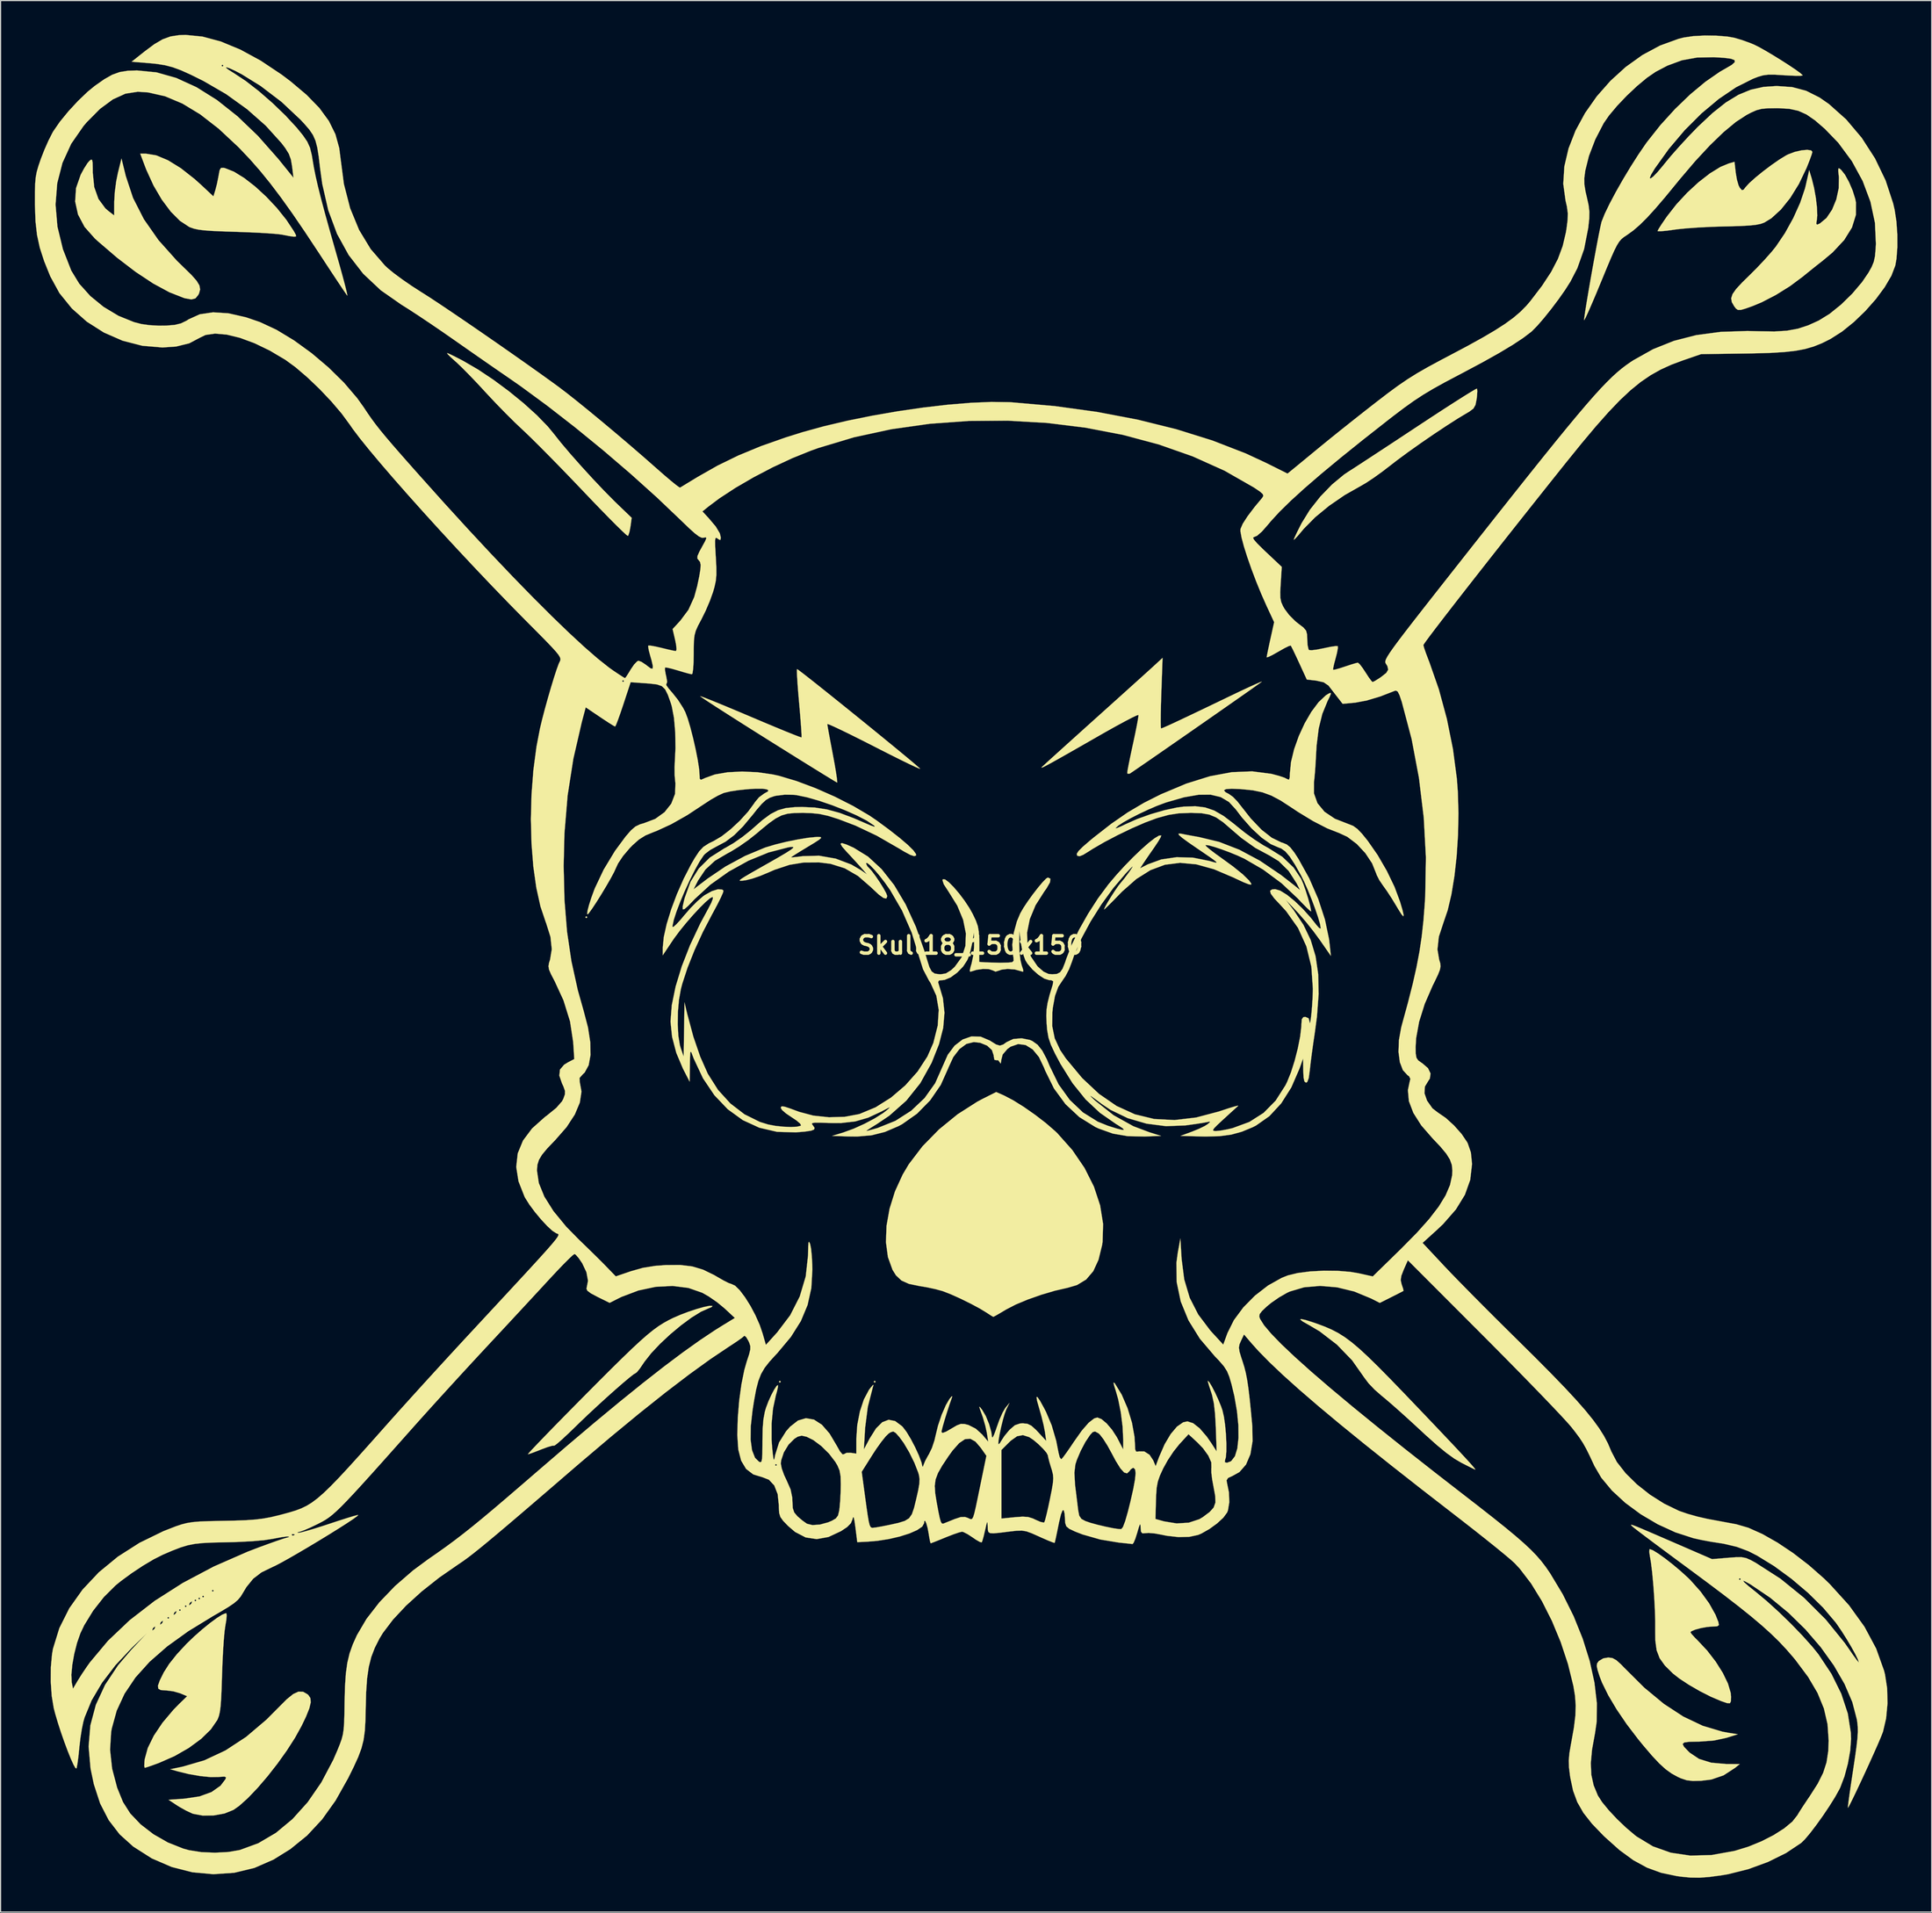
<source format=kicad_pcb>
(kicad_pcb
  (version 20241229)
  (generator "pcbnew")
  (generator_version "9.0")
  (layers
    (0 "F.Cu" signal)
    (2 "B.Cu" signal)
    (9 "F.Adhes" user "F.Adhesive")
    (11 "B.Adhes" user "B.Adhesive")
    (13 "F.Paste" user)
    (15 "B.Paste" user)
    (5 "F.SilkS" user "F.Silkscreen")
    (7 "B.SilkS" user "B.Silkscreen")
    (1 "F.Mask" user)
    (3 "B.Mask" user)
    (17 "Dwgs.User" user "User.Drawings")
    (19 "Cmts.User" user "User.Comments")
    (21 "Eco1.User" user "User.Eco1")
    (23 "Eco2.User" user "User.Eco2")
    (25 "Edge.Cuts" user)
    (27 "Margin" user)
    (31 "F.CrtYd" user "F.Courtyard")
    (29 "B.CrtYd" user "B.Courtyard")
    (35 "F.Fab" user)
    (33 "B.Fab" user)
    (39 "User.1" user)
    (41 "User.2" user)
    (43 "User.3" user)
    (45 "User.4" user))
  (footprint "Skull18_150x150"
    (layer "F.Cu")
    (at 81.861 79.652)
    (property "Reference" "Skull18_150x150" (at 0 0 0) (layer "F.SilkS") (effects (font (size 1.524 1.524) (thickness 0.3))))
    (attr through_hole)
    (fp_poly (pts (xy -33.528 -2.455) (xy -33.613 -2.371) (xy -33.697 -2.455) (xy -33.613 -2.54) (xy -33.528 -2.455)) (stroke (width 0.01) (type solid)) (fill yes) (layer "F.SilkS"))
    (fp_poly (pts (xy -16.595 38.185) (xy -16.679 38.269) (xy -16.764 38.185) (xy -16.679 38.1) (xy -16.595 38.185)) (stroke (width 0.01) (type solid)) (fill yes) (layer "F.SilkS"))
    (fp_poly (pts (xy -8.297 38.185) (xy -8.382 38.269) (xy -8.467 38.185) (xy -8.382 38.1) (xy -8.297 38.185)) (stroke (width 0.01) (type solid)) (fill yes) (layer "F.SilkS"))
    (fp_poly (pts (xy -73.906 -67.302) (xy -73.273 -65.385) (xy -72.321 -63.518) (xy -71.045 -61.692) (xy -69.44 -59.895) (xy -68.848 -59.318) (xy -68.16 -58.646) (xy -67.708 -58.135) (xy -67.465 -57.732) (xy -67.401 -57.386) (xy -67.491 -57.045) (xy -67.559 -56.905) (xy -67.806 -56.6) (xy -68.16 -56.504) (xy -68.704 -56.6) (xy -68.834 -56.637) (xy -70.092 -57.132) (xy -71.503 -57.895) (xy -73.037 -58.909) (xy -74.668 -60.155) (xy -76.369 -61.614) (xy -76.618 -61.842) (xy -77.511 -62.85) (xy -78.085 -63.935) (xy -78.335 -65.074) (xy -78.258 -66.243) (xy -77.852 -67.41) (xy -77.555 -67.962) (xy -77.265 -68.415) (xy -77.09 -68.625) (xy -76.941 -68.738) (xy -76.852 -68.707) (xy -76.808 -68.477) (xy -76.794 -67.994) (xy -76.793 -67.589) (xy -76.668 -66.337) (xy -76.298 -65.292) (xy -75.692 -64.472) (xy -75.433 -64.248) (xy -74.921 -63.853) (xy -74.916 -65.074) (xy -74.867 -65.897) (xy -74.745 -66.825) (xy -74.597 -67.562) (xy -74.281 -68.83) (xy -73.906 -67.302)) (stroke (width 0.01) (type solid)) (fill yes) (layer "F.SilkS"))
    (fp_poly (pts (xy -58.395 65.31) (xy -58.013 65.529) (xy -57.931 65.6) (xy -57.753 65.864) (xy -57.721 66.237) (xy -57.846 66.764) (xy -58.138 67.491) (xy -58.527 68.302) (xy -59.104 69.344) (xy -59.823 70.463) (xy -60.639 71.604) (xy -61.506 72.712) (xy -62.381 73.732) (xy -63.219 74.609) (xy -63.974 75.287) (xy -64.484 75.647) (xy -65.265 75.962) (xy -66.208 76.133) (xy -67.168 76.147) (xy -68.004 75.993) (xy -68.094 75.96) (xy -68.617 75.717) (xy -69.215 75.383) (xy -69.438 75.242) (xy -70.167 74.761) (xy -68.739 74.661) (xy -67.453 74.467) (xy -66.405 74.088) (xy -65.617 73.533) (xy -65.183 72.962) (xy -65.134 72.796) (xy -65.272 72.736) (xy -65.664 72.758) (xy -65.775 72.77) (xy -66.484 72.779) (xy -67.4 72.687) (xy -68.41 72.511) (xy -69.342 72.282) (xy -70.019 72.089) (xy -68.919 71.861) (xy -67.029 71.31) (xy -65.187 70.447) (xy -63.383 69.265) (xy -61.603 67.756) (xy -60.539 66.687) (xy -59.823 65.969) (xy -59.257 65.512) (xy -58.795 65.299) (xy -58.395 65.31)) (stroke (width 0.01) (type solid)) (fill yes) (layer "F.SilkS"))
    (fp_poly (pts (xy 29.325 32.788) (xy 29.995 33) (xy 30.343 33.121) (xy 31.005 33.369) (xy 31.607 33.63) (xy 32.18 33.929) (xy 32.753 34.291) (xy 33.358 34.741) (xy 34.025 35.304) (xy 34.785 36.006) (xy 35.669 36.871) (xy 36.707 37.924) (xy 37.931 39.191) (xy 38.523 39.81) (xy 39.941 41.294) (xy 41.133 42.548) (xy 42.111 43.582) (xy 42.886 44.408) (xy 43.469 45.039) (xy 43.871 45.486) (xy 44.103 45.761) (xy 44.175 45.876) (xy 44.167 45.881) (xy 44.001 45.805) (xy 43.611 45.612) (xy 43.073 45.34) (xy 42.937 45.27) (xy 42.331 44.914) (xy 41.638 44.415) (xy 40.819 43.742) (xy 39.832 42.861) (xy 39.38 42.442) (xy 38.551 41.677) (xy 37.726 40.93) (xy 36.966 40.256) (xy 36.335 39.712) (xy 35.942 39.389) (xy 35.361 38.88) (xy 34.832 38.326) (xy 34.467 37.843) (xy 34.455 37.824) (xy 33.389 36.313) (xy 32.062 34.941) (xy 30.545 33.775) (xy 29.574 33.202) (xy 29.058 32.911) (xy 28.849 32.744) (xy 28.941 32.703) (xy 29.325 32.788)) (stroke (width 0.01) (type solid)) (fill yes) (layer "F.SilkS"))
    (fp_poly (pts (xy -71.241 -69.11) (xy -70.213 -68.68) (xy -69.081 -67.981) (xy -67.872 -67.029) (xy -67.315 -66.528) (xy -66.239 -65.521) (xy -66.067 -66.077) (xy -65.927 -66.618) (xy -65.8 -67.245) (xy -65.781 -67.366) (xy -65.694 -67.818) (xy -65.576 -68.01) (xy -65.356 -68.021) (xy -65.218 -67.99) (xy -64.439 -67.679) (xy -63.542 -67.126) (xy -62.581 -66.379) (xy -61.611 -65.487) (xy -60.685 -64.501) (xy -59.858 -63.469) (xy -59.215 -62.498) (xy -59.024 -62.153) (xy -59.009 -62.012) (xy -59.169 -61.993) (xy -59.215 -61.995) (xy -59.574 -62.044) (xy -60.078 -62.14) (xy -60.198 -62.166) (xy -60.576 -62.218) (xy -61.228 -62.273) (xy -62.089 -62.327) (xy -63.092 -62.375) (xy -64.174 -62.415) (xy -64.262 -62.417) (xy -65.464 -62.457) (xy -66.381 -62.499) (xy -67.065 -62.549) (xy -67.572 -62.614) (xy -67.953 -62.698) (xy -68.262 -62.807) (xy -68.365 -62.853) (xy -69.162 -63.377) (xy -69.971 -64.188) (xy -70.755 -65.237) (xy -71.48 -66.475) (xy -72.109 -67.852) (xy -72.212 -68.118) (xy -72.641 -69.257) (xy -72.136 -69.257) (xy -71.241 -69.11)) (stroke (width 0.01) (type solid)) (fill yes) (layer "F.SilkS"))
    (fp_poly (pts (xy -45.602 -51.741) (xy -45.185 -51.542) (xy -44.624 -51.254) (xy -44.377 -51.124) (xy -43.082 -50.37) (xy -41.726 -49.465) (xy -40.373 -48.462) (xy -39.088 -47.414) (xy -37.935 -46.371) (xy -36.981 -45.387) (xy -36.487 -44.789) (xy -35.839 -43.973) (xy -35.01 -42.994) (xy -34.064 -41.924) (xy -33.067 -40.833) (xy -32.083 -39.793) (xy -31.175 -38.874) (xy -30.932 -38.638) (xy -29.643 -37.397) (xy -29.747 -36.643) (xy -29.834 -36.172) (xy -29.935 -35.865) (xy -29.974 -35.813) (xy -30.117 -35.912) (xy -30.462 -36.23) (xy -30.982 -36.739) (xy -31.649 -37.409) (xy -32.433 -38.212) (xy -33.307 -39.121) (xy -33.858 -39.7) (xy -34.857 -40.746) (xy -35.859 -41.783) (xy -36.82 -42.765) (xy -37.696 -43.649) (xy -38.443 -44.389) (xy -39.016 -44.941) (xy -39.154 -45.068) (xy -39.858 -45.735) (xy -40.688 -46.559) (xy -41.55 -47.444) (xy -42.346 -48.292) (xy -42.467 -48.424) (xy -43.158 -49.17) (xy -43.846 -49.889) (xy -44.465 -50.515) (xy -44.949 -50.979) (xy -45.081 -51.096) (xy -45.486 -51.46) (xy -45.743 -51.718) (xy -45.796 -51.816) (xy -45.602 -51.741)) (stroke (width 0.01) (type solid)) (fill yes) (layer "F.SilkS"))
    (fp_poly (pts (xy 44.344 -48.502) (xy 44.32 -48.081) (xy 44.288 -47.803) (xy 44.186 -47.28) (xy 43.999 -46.953) (xy 43.632 -46.68) (xy 43.466 -46.584) (xy 42.646 -46.093) (xy 41.638 -45.448) (xy 40.521 -44.705) (xy 39.374 -43.917) (xy 38.277 -43.139) (xy 37.309 -42.424) (xy 36.775 -42.01) (xy 36.034 -41.441) (xy 35.291 -40.907) (xy 34.635 -40.47) (xy 34.177 -40.203) (xy 32.746 -39.392) (xy 31.377 -38.451) (xy 30.154 -37.445) (xy 29.161 -36.438) (xy 29.019 -36.268) (xy 28.655 -35.837) (xy 28.391 -35.552) (xy 28.279 -35.472) (xy 28.279 -35.476) (xy 28.352 -35.669) (xy 28.548 -36.087) (xy 28.832 -36.654) (xy 28.978 -36.938) (xy 29.693 -38.096) (xy 30.608 -39.254) (xy 31.636 -40.316) (xy 32.687 -41.185) (xy 33.044 -41.425) (xy 33.432 -41.672) (xy 34.061 -42.081) (xy 34.89 -42.623) (xy 35.88 -43.272) (xy 36.989 -44.001) (xy 38.176 -44.784) (xy 39.16 -45.434) (xy 40.328 -46.203) (xy 41.405 -46.905) (xy 42.361 -47.52) (xy 43.162 -48.028) (xy 43.776 -48.408) (xy 44.172 -48.64) (xy 44.316 -48.705) (xy 44.344 -48.502)) (stroke (width 0.01) (type solid)) (fill yes) (layer "F.SilkS"))
    (fp_poly (pts (xy 56.166 62.365) (xy 56.511 62.552) (xy 56.931 62.931) (xy 57.181 63.192) (xy 58.942 64.945) (xy 60.666 66.372) (xy 62.369 67.484) (xy 64.067 68.29) (xy 65.774 68.8) (xy 66.339 68.904) (xy 67.141 69.03) (xy 66.125 69.348) (xy 65.047 69.579) (xy 63.767 69.673) (xy 63.645 69.674) (xy 62.891 69.689) (xy 62.453 69.748) (xy 62.306 69.882) (xy 62.427 70.125) (xy 62.793 70.509) (xy 62.937 70.648) (xy 63.746 71.188) (xy 64.808 71.518) (xy 66.104 71.632) (xy 67.31 71.636) (xy 66.887 71.976) (xy 65.89 72.624) (xy 64.821 72.99) (xy 63.923 73.103) (xy 63.201 73.119) (xy 62.659 73.054) (xy 62.143 72.88) (xy 61.879 72.759) (xy 61.344 72.465) (xy 60.82 72.087) (xy 60.263 71.581) (xy 59.627 70.903) (xy 58.867 70.012) (xy 58.42 69.465) (xy 57.422 68.158) (xy 56.536 66.855) (xy 55.801 65.618) (xy 55.256 64.511) (xy 55.05 63.979) (xy 54.866 63.405) (xy 54.793 63.054) (xy 54.826 62.831) (xy 54.961 62.64) (xy 54.976 62.623) (xy 55.367 62.39) (xy 55.81 62.315) (xy 56.166 62.365)) (stroke (width 0.01) (type solid)) (fill yes) (layer "F.SilkS"))
    (fp_poly (pts (xy 59.717 52.939) (xy 60.188 53.231) (xy 60.788 53.661) (xy 61.456 54.184) (xy 62.133 54.753) (xy 62.759 55.323) (xy 62.997 55.557) (xy 63.878 56.546) (xy 64.627 57.58) (xy 65.185 58.576) (xy 65.44 59.224) (xy 65.481 59.474) (xy 65.347 59.582) (xy 64.959 59.605) (xy 64.928 59.605) (xy 64.437 59.644) (xy 63.895 59.744) (xy 63.407 59.877) (xy 63.075 60.016) (xy 62.992 60.107) (xy 63.104 60.277) (xy 63.39 60.591) (xy 63.602 60.8) (xy 64.45 61.703) (xy 65.203 62.679) (xy 65.824 63.665) (xy 66.274 64.597) (xy 66.515 65.412) (xy 66.546 65.744) (xy 66.535 66.14) (xy 66.445 66.316) (xy 66.201 66.307) (xy 65.723 66.145) (xy 65.661 66.122) (xy 64.783 65.749) (xy 63.812 65.256) (xy 62.853 64.702) (xy 62.014 64.149) (xy 61.453 63.709) (xy 60.758 63.02) (xy 60.296 62.374) (xy 60.03 61.674) (xy 59.917 60.822) (xy 59.911 59.955) (xy 59.911 59.103) (xy 59.877 58.077) (xy 59.817 56.965) (xy 59.735 55.854) (xy 59.639 54.831) (xy 59.535 53.985) (xy 59.445 53.467) (xy 59.385 53.064) (xy 59.411 52.845) (xy 59.435 52.832) (xy 59.717 52.939)) (stroke (width 0.01) (type solid)) (fill yes) (layer "F.SilkS"))
    (fp_poly (pts (xy 73.557 -69.541) (xy 73.66 -69.415) (xy 73.598 -69.182) (xy 73.435 -68.726) (xy 73.202 -68.135) (xy 73.138 -67.981) (xy 72.48 -66.607) (xy 71.725 -65.388) (xy 70.91 -64.372) (xy 70.073 -63.608) (xy 69.46 -63.233) (xy 69.149 -63.118) (xy 68.733 -63.033) (xy 68.157 -62.971) (xy 67.365 -62.927) (xy 66.305 -62.896) (xy 65.963 -62.889) (xy 64.869 -62.857) (xy 63.764 -62.802) (xy 62.746 -62.731) (xy 61.917 -62.651) (xy 61.595 -62.609) (xy 60.938 -62.519) (xy 60.431 -62.472) (xy 60.148 -62.473) (xy 60.113 -62.491) (xy 60.205 -62.67) (xy 60.448 -63.053) (xy 60.798 -63.568) (xy 60.939 -63.77) (xy 61.77 -64.832) (xy 62.71 -65.846) (xy 63.703 -66.761) (xy 64.69 -67.528) (xy 65.615 -68.098) (xy 66.345 -68.401) (xy 66.847 -68.545) (xy 66.957 -67.571) (xy 67.059 -66.977) (xy 67.203 -66.483) (xy 67.307 -66.276) (xy 67.496 -66.062) (xy 67.644 -66.107) (xy 67.81 -66.323) (xy 68.144 -66.688) (xy 68.686 -67.174) (xy 69.357 -67.719) (xy 70.078 -68.262) (xy 70.77 -68.743) (xy 71.355 -69.102) (xy 71.543 -69.198) (xy 72.119 -69.414) (xy 72.704 -69.548) (xy 73.212 -69.594) (xy 73.557 -69.541)) (stroke (width 0.01) (type solid)) (fill yes) (layer "F.SilkS"))
    (fp_poly (pts (xy -65.094 58.462) (xy -65.075 58.666) (xy -65.119 59.097) (xy -65.196 59.546) (xy -65.263 60.033) (xy -65.33 60.784) (xy -65.393 61.726) (xy -65.446 62.785) (xy -65.483 63.839) (xy -65.521 65.025) (xy -65.562 65.925) (xy -65.611 66.592) (xy -65.676 67.078) (xy -65.76 67.438) (xy -65.87 67.723) (xy -65.899 67.783) (xy -66.465 68.605) (xy -67.312 69.431) (xy -68.386 70.222) (xy -69.632 70.937) (xy -70.996 71.536) (xy -70.997 71.536) (xy -71.572 71.747) (xy -72.016 71.9) (xy -72.241 71.966) (xy -72.248 71.967) (xy -72.289 71.817) (xy -72.274 71.438) (xy -72.247 71.206) (xy -71.981 70.235) (xy -71.452 69.156) (xy -70.693 68.023) (xy -69.739 66.891) (xy -69.219 66.361) (xy -68.539 65.701) (xy -69.147 65.447) (xy -69.745 65.274) (xy -70.385 65.194) (xy -70.437 65.193) (xy -70.848 65.163) (xy -71.064 65.039) (xy -71.09 64.774) (xy -70.928 64.318) (xy -70.585 63.624) (xy -70.576 63.608) (xy -70.111 62.877) (xy -69.43 62.022) (xy -68.593 61.119) (xy -68.587 61.112) (xy -67.915 60.468) (xy -67.219 59.854) (xy -66.547 59.308) (xy -65.948 58.866) (xy -65.471 58.566) (xy -65.166 58.445) (xy -65.094 58.462)) (stroke (width 0.01) (type solid)) (fill yes) (layer "F.SilkS"))
    (fp_poly (pts (xy 2.946 13.149) (xy 3.734 13.562) (xy 4.668 14.145) (xy 5.654 14.834) (xy 6.598 15.56) (xy 7.404 16.258) (xy 7.599 16.445) (xy 8.91 17.918) (xy 9.981 19.489) (xy 10.798 21.116) (xy 11.343 22.761) (xy 11.603 24.384) (xy 11.559 25.946) (xy 11.516 26.231) (xy 11.201 27.518) (xy 10.742 28.514) (xy 10.12 29.243) (xy 9.316 29.729) (xy 8.519 29.962) (xy 7.395 30.222) (xy 6.191 30.578) (xy 5.011 30.994) (xy 3.958 31.432) (xy 3.142 31.854) (xy 2.613 32.169) (xy 2.21 32.401) (xy 2.008 32.508) (xy 1.999 32.511) (xy 1.84 32.425) (xy 1.514 32.214) (xy 1.439 32.163) (xy 0.827 31.79) (xy 0.016 31.355) (xy -0.873 30.917) (xy -1.722 30.535) (xy -2.411 30.267) (xy -2.455 30.253) (xy -3.088 30.081) (xy -3.868 29.915) (xy -4.479 29.814) (xy -5.385 29.627) (xy -6.039 29.332) (xy -6.519 28.88) (xy -6.819 28.4) (xy -7.224 27.279) (xy -7.397 25.977) (xy -7.346 24.548) (xy -7.079 23.049) (xy -6.606 21.536) (xy -5.934 20.065) (xy -5.398 19.161) (xy -4.204 17.595) (xy -2.753 16.112) (xy -1.125 14.785) (xy 0.599 13.684) (xy 1.077 13.431) (xy 2.251 12.84) (xy 2.946 13.149)) (stroke (width 0.01) (type solid)) (fill yes) (layer "F.SilkS"))
    (fp_poly (pts (xy 76.036 -67.957) (xy 76.179 -67.837) (xy 76.514 -67.411) (xy 76.866 -66.77) (xy 77.182 -66.031) (xy 77.408 -65.309) (xy 77.471 -64.998) (xy 77.466 -63.897) (xy 77.124 -62.799) (xy 76.445 -61.705) (xy 75.431 -60.619) (xy 74.601 -59.924) (xy 73.992 -59.446) (xy 73.299 -58.89) (xy 72.813 -58.494) (xy 71.706 -57.67) (xy 70.468 -56.898) (xy 69.228 -56.256) (xy 68.445 -55.93) (xy 67.801 -55.7) (xy 67.394 -55.585) (xy 67.146 -55.586) (xy 66.976 -55.701) (xy 66.812 -55.918) (xy 66.611 -56.271) (xy 66.557 -56.606) (xy 66.674 -56.97) (xy 66.985 -57.414) (xy 67.514 -57.986) (xy 68.087 -58.547) (xy 68.783 -59.24) (xy 69.481 -59.979) (xy 70.092 -60.668) (xy 70.463 -61.125) (xy 71.262 -62.308) (xy 71.989 -63.621) (xy 72.59 -64.955) (xy 73.01 -66.198) (xy 73.084 -66.495) (xy 73.382 -67.818) (xy 73.61 -67.056) (xy 73.809 -66.258) (xy 73.964 -65.385) (xy 74.062 -64.545) (xy 74.088 -63.846) (xy 74.056 -63.491) (xy 74.001 -63.134) (xy 74.072 -63.042) (xy 74.318 -63.151) (xy 74.896 -63.631) (xy 75.387 -64.36) (xy 75.754 -65.252) (xy 75.964 -66.223) (xy 75.981 -67.185) (xy 75.973 -67.265) (xy 75.922 -67.756) (xy 75.936 -67.968) (xy 76.036 -67.957)) (stroke (width 0.01) (type solid)) (fill yes) (layer "F.SilkS"))
    (fp_poly (pts (xy -22.585 31.548) (xy -22.575 31.556) (xy -22.65 31.656) (xy -22.89 31.754) (xy -23.577 32.059) (xy -24.41 32.575) (xy -25.325 33.249) (xy -26.258 34.027) (xy -27.146 34.855) (xy -27.925 35.679) (xy -28.53 36.445) (xy -28.628 36.593) (xy -28.933 37.039) (xy -29.176 37.34) (xy -29.281 37.423) (xy -29.469 37.533) (xy -29.861 37.84) (xy -30.416 38.307) (xy -31.092 38.896) (xy -31.849 39.572) (xy -32.643 40.297) (xy -33.435 41.034) (xy -34.183 41.747) (xy -34.552 42.107) (xy -35.184 42.718) (xy -35.729 43.225) (xy -36.145 43.588) (xy -36.387 43.768) (xy -36.429 43.779) (xy -36.619 43.792) (xy -37.03 43.913) (xy -37.56 44.112) (xy -38.108 44.327) (xy -38.529 44.48) (xy -38.725 44.535) (xy -38.637 44.419) (xy -38.334 44.089) (xy -37.841 43.569) (xy -37.182 42.885) (xy -36.382 42.062) (xy -35.464 41.125) (xy -34.453 40.1) (xy -34.029 39.672) (xy -32.634 38.267) (xy -31.448 37.082) (xy -30.446 36.095) (xy -29.602 35.283) (xy -28.891 34.623) (xy -28.286 34.092) (xy -27.762 33.667) (xy -27.293 33.326) (xy -26.852 33.046) (xy -26.415 32.804) (xy -26.027 32.611) (xy -25.381 32.33) (xy -24.664 32.059) (xy -23.95 31.823) (xy -23.315 31.643) (xy -22.835 31.544) (xy -22.585 31.548)) (stroke (width 0.01) (type solid)) (fill yes) (layer "F.SilkS"))
    (fp_poly (pts (xy 16.698 -22.056) (xy 16.667 -21.075) (xy 16.649 -20.223) (xy 16.644 -19.552) (xy 16.652 -19.115) (xy 16.673 -18.965) (xy 16.876 -19.04) (xy 17.378 -19.262) (xy 18.18 -19.634) (xy 19.283 -20.156) (xy 20.688 -20.827) (xy 22.396 -21.648) (xy 22.606 -21.75) (xy 23.518 -22.186) (xy 24.305 -22.555) (xy 24.924 -22.837) (xy 25.333 -23.014) (xy 25.489 -23.065) (xy 25.485 -23.057) (xy 25.322 -22.936) (xy 24.916 -22.647) (xy 24.305 -22.216) (xy 23.522 -21.667) (xy 22.605 -21.026) (xy 21.59 -20.317) (xy 20.512 -19.565) (xy 19.407 -18.796) (xy 18.312 -18.035) (xy 17.262 -17.306) (xy 16.294 -16.635) (xy 15.442 -16.046) (xy 14.744 -15.566) (xy 14.236 -15.218) (xy 13.952 -15.028) (xy 13.925 -15.01) (xy 13.743 -15.003) (xy 13.716 -15.105) (xy 13.751 -15.344) (xy 13.847 -15.847) (xy 13.99 -16.548) (xy 14.167 -17.38) (xy 14.232 -17.674) (xy 14.413 -18.525) (xy 14.56 -19.258) (xy 14.659 -19.808) (xy 14.699 -20.114) (xy 14.697 -20.151) (xy 14.543 -20.109) (xy 14.138 -19.917) (xy 13.526 -19.599) (xy 12.746 -19.177) (xy 11.843 -18.672) (xy 11.345 -18.389) (xy 9.939 -17.583) (xy 8.8 -16.933) (xy 7.905 -16.425) (xy 7.228 -16.046) (xy 6.745 -15.781) (xy 6.431 -15.617) (xy 6.26 -15.541) (xy 6.207 -15.538) (xy 6.249 -15.596) (xy 6.265 -15.613) (xy 6.447 -15.782) (xy 6.85 -16.15) (xy 7.445 -16.689) (xy 8.2 -17.371) (xy 9.086 -18.17) (xy 10.071 -19.057) (xy 11.007 -19.899) (xy 12.077 -20.861) (xy 13.093 -21.775) (xy 14.021 -22.612) (xy 14.828 -23.339) (xy 15.478 -23.927) (xy 15.939 -24.345) (xy 16.151 -24.539) (xy 16.807 -25.146) (xy 16.698 -22.056)) (stroke (width 0.01) (type solid)) (fill yes) (layer "F.SilkS"))
    (fp_poly (pts (xy -15.039 -24.074) (xy -14.673 -23.797) (xy -14.111 -23.359) (xy -13.389 -22.788) (xy -12.539 -22.11) (xy -11.595 -21.353) (xy -10.591 -20.544) (xy -9.56 -19.711) (xy -8.536 -18.879) (xy -7.553 -18.077) (xy -6.644 -17.332) (xy -5.842 -16.671) (xy -5.181 -16.12) (xy -4.695 -15.708) (xy -4.417 -15.46) (xy -4.403 -15.446) (xy -4.479 -15.455) (xy -4.821 -15.602) (xy -5.394 -15.872) (xy -6.162 -16.247) (xy -7.09 -16.711) (xy -8.143 -17.246) (xy -8.34 -17.347) (xy -9.427 -17.899) (xy -10.409 -18.39) (xy -11.248 -18.8) (xy -11.906 -19.11) (xy -12.345 -19.304) (xy -12.527 -19.362) (xy -12.53 -19.358) (xy -12.499 -19.151) (xy -12.415 -18.673) (xy -12.288 -17.987) (xy -12.131 -17.153) (xy -12.049 -16.722) (xy -11.888 -15.855) (xy -11.764 -15.12) (xy -11.684 -14.574) (xy -11.658 -14.275) (xy -11.668 -14.235) (xy -11.829 -14.325) (xy -12.245 -14.576) (xy -12.888 -14.97) (xy -13.726 -15.488) (xy -14.729 -16.11) (xy -15.866 -16.819) (xy -17.108 -17.596) (xy -17.736 -17.99) (xy -19.012 -18.792) (xy -20.191 -19.538) (xy -21.245 -20.209) (xy -22.145 -20.786) (xy -22.86 -21.25) (xy -23.361 -21.582) (xy -23.618 -21.763) (xy -23.647 -21.791) (xy -23.483 -21.742) (xy -23.047 -21.576) (xy -22.381 -21.308) (xy -21.523 -20.956) (xy -20.514 -20.535) (xy -19.393 -20.062) (xy -19.215 -19.986) (xy -18.081 -19.506) (xy -17.052 -19.076) (xy -16.168 -18.712) (xy -15.47 -18.431) (xy -14.996 -18.249) (xy -14.788 -18.181) (xy -14.782 -18.182) (xy -14.778 -18.361) (xy -14.802 -18.821) (xy -14.851 -19.508) (xy -14.92 -20.364) (xy -14.99 -21.162) (xy -15.073 -22.119) (xy -15.136 -22.954) (xy -15.176 -23.61) (xy -15.19 -24.032) (xy -15.178 -24.164) (xy -15.039 -24.074)) (stroke (width 0.01) (type solid)) (fill yes) (layer "F.SilkS"))
    (fp_poly (pts (xy -67.192 -79.502) (xy -65.589 -79.07) (xy -63.884 -78.364) (xy -62.104 -77.396) (xy -60.278 -76.179) (xy -59.498 -75.592) (xy -58.081 -74.398) (xy -56.968 -73.252) (xy -56.137 -72.117) (xy -55.565 -70.957) (xy -55.228 -69.739) (xy -55.125 -68.921) (xy -54.823 -66.603) (xy -54.277 -64.485) (xy -53.493 -62.582) (xy -52.477 -60.906) (xy -51.236 -59.473) (xy -50.977 -59.23) (xy -50.443 -58.793) (xy -49.71 -58.252) (xy -48.873 -57.675) (xy -48.026 -57.13) (xy -47.98 -57.102) (xy -47.332 -56.69) (xy -46.455 -56.112) (xy -45.392 -55.398) (xy -44.188 -54.58) (xy -42.888 -53.688) (xy -41.537 -52.754) (xy -40.18 -51.807) (xy -38.861 -50.88) (xy -37.626 -50.003) (xy -36.519 -49.207) (xy -36.063 -48.874) (xy -35.352 -48.335) (xy -34.438 -47.612) (xy -33.371 -46.747) (xy -32.203 -45.782) (xy -30.982 -44.759) (xy -29.76 -43.72) (xy -28.586 -42.706) (xy -27.53 -41.777) (xy -26.84 -41.172) (xy -26.24 -40.661) (xy -25.773 -40.281) (xy -25.484 -40.069) (xy -25.413 -40.038) (xy -25.235 -40.146) (xy -24.835 -40.389) (xy -24.28 -40.726) (xy -23.876 -40.972) (xy -22.122 -41.968) (xy -20.302 -42.855) (xy -18.34 -43.666) (xy -16.161 -44.433) (xy -14.708 -44.888) (xy -12.812 -45.411) (xy -10.746 -45.898) (xy -8.573 -46.337) (xy -6.35 -46.722) (xy -4.14 -47.043) (xy -2.002 -47.292) (xy 0.004 -47.459) (xy 1.817 -47.537) (xy 3.376 -47.517) (xy 3.556 -47.507) (xy 7.362 -47.175) (xy 11.062 -46.665) (xy 14.621 -45.988) (xy 18.001 -45.15) (xy 21.166 -44.162) (xy 24.078 -43.032) (xy 25.849 -42.21) (xy 27.738 -41.267) (xy 28.237 -41.673) (xy 28.547 -41.927) (xy 29.055 -42.345) (xy 29.7 -42.876) (xy 30.418 -43.468) (xy 30.666 -43.672) (xy 31.428 -44.293) (xy 32.376 -45.055) (xy 33.427 -45.892) (xy 34.5 -46.738) (xy 35.482 -47.505) (xy 36.526 -48.306) (xy 37.418 -48.961) (xy 38.24 -49.523) (xy 39.074 -50.044) (xy 40.002 -50.577) (xy 41.108 -51.175) (xy 41.832 -51.556) (xy 43.438 -52.407) (xy 44.772 -53.143) (xy 45.87 -53.788) (xy 46.768 -54.365) (xy 47.503 -54.901) (xy 48.111 -55.418) (xy 48.629 -55.941) (xy 48.971 -56.341) (xy 50.006 -57.694) (xy 50.804 -58.908) (xy 51.396 -60.046) (xy 51.815 -61.176) (xy 52.094 -62.361) (xy 52.15 -62.702) (xy 52.246 -63.463) (xy 52.26 -64.051) (xy 52.185 -64.625) (xy 52.063 -65.157) (xy 51.863 -66.617) (xy 51.96 -68.147) (xy 52.328 -69.713) (xy 52.94 -71.279) (xy 53.773 -72.811) (xy 54.799 -74.273) (xy 55.995 -75.63) (xy 57.333 -76.846) (xy 58.789 -77.888) (xy 60.338 -78.719) (xy 61.953 -79.305) (xy 62.422 -79.423) (xy 63.236 -79.541) (xy 64.232 -79.594) (xy 65.275 -79.581) (xy 66.227 -79.504) (xy 66.82 -79.4) (xy 67.476 -79.206) (xy 68.211 -78.942) (xy 68.553 -78.801) (xy 68.987 -78.585) (xy 69.57 -78.258) (xy 70.243 -77.858) (xy 70.944 -77.425) (xy 71.611 -76.997) (xy 72.185 -76.612) (xy 72.603 -76.309) (xy 72.804 -76.128) (xy 72.813 -76.106) (xy 72.657 -76.073) (xy 72.235 -76.069) (xy 71.62 -76.092) (xy 71.162 -76.12) (xy 70.369 -76.168) (xy 69.802 -76.17) (xy 69.351 -76.112) (xy 68.907 -75.983) (xy 68.449 -75.805) (xy 66.983 -75.069) (xy 65.471 -74.046) (xy 63.956 -72.779) (xy 62.482 -71.306) (xy 61.095 -69.668) (xy 59.867 -67.953) (xy 59.548 -67.423) (xy 59.432 -67.136) (xy 59.5 -67.082) (xy 59.731 -67.251) (xy 60.104 -67.635) (xy 60.598 -68.221) (xy 60.704 -68.355) (xy 61.285 -69.058) (xy 62.022 -69.893) (xy 62.822 -70.761) (xy 63.596 -71.561) (xy 63.663 -71.628) (xy 64.934 -72.82) (xy 66.094 -73.739) (xy 67.192 -74.409) (xy 68.278 -74.855) (xy 69.399 -75.103) (xy 70.537 -75.178) (xy 71.9 -75.082) (xy 73.116 -74.758) (xy 74.283 -74.172) (xy 75.105 -73.602) (xy 76.618 -72.252) (xy 77.975 -70.646) (xy 79.137 -68.845) (xy 80.068 -66.91) (xy 80.728 -64.901) (xy 80.858 -64.341) (xy 81.012 -63.333) (xy 81.091 -62.204) (xy 81.094 -61.076) (xy 81.02 -60.068) (xy 80.914 -59.469) (xy 80.573 -58.578) (xy 79.988 -57.58) (xy 79.213 -56.533) (xy 78.298 -55.498) (xy 77.297 -54.533) (xy 76.261 -53.696) (xy 75.243 -53.047) (xy 75.208 -53.028) (xy 74.484 -52.669) (xy 73.776 -52.386) (xy 73.03 -52.169) (xy 72.191 -52.01) (xy 71.203 -51.9) (xy 70.012 -51.827) (xy 68.562 -51.784) (xy 67.818 -51.772) (xy 63.923 -51.719) (xy 62.315 -51.166) (xy 61.315 -50.792) (xy 60.388 -50.37) (xy 59.506 -49.875) (xy 58.637 -49.282) (xy 57.754 -48.564) (xy 56.826 -47.696) (xy 55.826 -46.652) (xy 54.722 -45.407) (xy 53.486 -43.935) (xy 52.088 -42.209) (xy 52.052 -42.164) (xy 50.672 -40.434) (xy 49.303 -38.713) (xy 47.962 -37.022) (xy 46.664 -35.381) (xy 45.427 -33.811) (xy 44.267 -32.333) (xy 43.198 -30.967) (xy 42.239 -29.735) (xy 41.404 -28.656) (xy 40.71 -27.752) (xy 40.174 -27.044) (xy 39.811 -26.551) (xy 39.637 -26.295) (xy 39.624 -26.265) (xy 39.683 -26.033) (xy 39.841 -25.575) (xy 40.067 -24.975) (xy 40.148 -24.769) (xy 40.981 -22.385) (xy 41.679 -19.806) (xy 42.213 -17.16) (xy 42.555 -14.572) (xy 42.642 -13.396) (xy 42.693 -11.54) (xy 42.656 -9.657) (xy 42.537 -7.808) (xy 42.342 -6.054) (xy 42.079 -4.455) (xy 41.754 -3.072) (xy 41.388 -1.998) (xy 40.976 -0.743) (xy 40.856 0.369) (xy 41.007 1.263) (xy 41.101 1.574) (xy 41.128 1.842) (xy 41.071 2.144) (xy 40.909 2.558) (xy 40.623 3.159) (xy 40.429 3.549) (xy 39.741 5.132) (xy 39.254 6.685) (xy 38.99 8.132) (xy 38.947 8.903) (xy 38.957 9.49) (xy 39.018 9.844) (xy 39.173 10.074) (xy 39.468 10.285) (xy 39.54 10.33) (xy 40.028 10.752) (xy 40.253 11.22) (xy 40.19 11.668) (xy 40.087 11.818) (xy 39.757 12.363) (xy 39.722 12.952) (xy 39.945 13.595) (xy 40.419 14.27) (xy 40.898 14.638) (xy 41.585 15.109) (xy 42.309 15.768) (xy 42.964 16.505) (xy 43.445 17.213) (xy 43.509 17.337) (xy 43.783 18.131) (xy 43.878 19.07) (xy 43.879 19.18) (xy 43.724 20.524) (xy 43.257 21.831) (xy 42.468 23.115) (xy 41.352 24.391) (xy 40.842 24.875) (xy 39.557 26.04) (xy 41.477 28.091) (xy 42.065 28.709) (xy 42.851 29.517) (xy 43.789 30.472) (xy 44.836 31.527) (xy 45.947 32.638) (xy 47.076 33.759) (xy 47.828 34.502) (xy 49.444 36.101) (xy 50.828 37.497) (xy 52.003 38.713) (xy 52.988 39.773) (xy 53.802 40.701) (xy 54.467 41.522) (xy 55.003 42.259) (xy 55.43 42.937) (xy 55.768 43.579) (xy 56.037 44.209) (xy 56.059 44.269) (xy 56.556 45.216) (xy 57.324 46.198) (xy 58.306 47.165) (xy 59.447 48.067) (xy 60.69 48.854) (xy 61.977 49.478) (xy 62.028 49.498) (xy 62.737 49.742) (xy 63.612 49.988) (xy 64.483 50.187) (xy 64.625 50.214) (xy 65.43 50.363) (xy 66.227 50.511) (xy 66.872 50.631) (xy 66.995 50.653) (xy 68.061 50.964) (xy 69.282 51.51) (xy 70.605 52.26) (xy 71.979 53.179) (xy 73.351 54.236) (xy 74.671 55.396) (xy 75.175 55.885) (xy 76.864 57.745) (xy 78.217 59.624) (xy 79.237 61.526) (xy 79.928 63.456) (xy 80.015 63.798) (xy 80.202 65.011) (xy 80.232 66.336) (xy 80.111 67.639) (xy 79.844 68.785) (xy 79.797 68.919) (xy 79.635 69.326) (xy 79.376 69.931) (xy 79.045 70.678) (xy 78.667 71.516) (xy 78.267 72.39) (xy 77.868 73.247) (xy 77.497 74.034) (xy 77.177 74.698) (xy 76.934 75.185) (xy 76.791 75.442) (xy 76.766 75.468) (xy 76.777 75.295) (xy 76.834 74.839) (xy 76.928 74.152) (xy 77.055 73.283) (xy 77.205 72.286) (xy 77.229 72.129) (xy 77.405 70.952) (xy 77.529 70.048) (xy 77.605 69.356) (xy 77.636 68.815) (xy 77.628 68.365) (xy 77.584 67.943) (xy 77.549 67.72) (xy 77.154 66.212) (xy 76.474 64.63) (xy 75.542 63.016) (xy 74.393 61.412) (xy 73.058 59.861) (xy 71.573 58.404) (xy 69.969 57.083) (xy 68.28 55.941) (xy 68.199 55.893) (xy 67.762 55.649) (xy 67.598 55.599) (xy 67.702 55.739) (xy 68.073 56.067) (xy 68.707 56.576) (xy 69.678 57.385) (xy 70.733 58.343) (xy 71.797 59.375) (xy 72.796 60.41) (xy 73.656 61.372) (xy 74.187 62.03) (xy 75.325 63.743) (xy 76.188 65.485) (xy 76.759 67.219) (xy 77.026 68.907) (xy 77.044 69.442) (xy 76.97 70.459) (xy 76.765 71.602) (xy 76.464 72.726) (xy 76.099 73.687) (xy 76.02 73.849) (xy 75.641 74.528) (xy 75.147 75.318) (xy 74.587 76.152) (xy 74.009 76.96) (xy 73.463 77.676) (xy 72.996 78.23) (xy 72.686 78.534) (xy 71.354 79.422) (xy 69.783 80.199) (xy 68.067 80.828) (xy 66.296 81.273) (xy 65.716 81.372) (xy 64.651 81.515) (xy 63.788 81.581) (xy 62.999 81.571) (xy 62.157 81.489) (xy 61.785 81.437) (xy 60.439 81.155) (xy 59.197 80.703) (xy 57.996 80.048) (xy 56.776 79.156) (xy 55.477 77.993) (xy 55.374 77.893) (xy 54.375 76.855) (xy 53.629 75.907) (xy 53.093 74.971) (xy 52.725 73.973) (xy 52.481 72.834) (xy 52.455 72.663) (xy 52.366 71.935) (xy 52.346 71.326) (xy 52.4 70.697) (xy 52.534 69.906) (xy 52.567 69.735) (xy 52.794 68.464) (xy 52.922 67.424) (xy 52.954 66.523) (xy 52.894 65.671) (xy 52.752 64.811) (xy 52.279 62.891) (xy 51.643 60.971) (xy 50.873 59.114) (xy 49.998 57.381) (xy 49.049 55.836) (xy 48.055 54.539) (xy 47.613 54.065) (xy 47.279 53.762) (xy 46.715 53.287) (xy 45.962 52.67) (xy 45.058 51.945) (xy 44.044 51.143) (xy 42.96 50.297) (xy 42.409 49.871) (xy 39.481 47.602) (xy 36.826 45.518) (xy 34.436 43.611) (xy 32.302 41.874) (xy 30.418 40.302) (xy 28.776 38.887) (xy 27.367 37.624) (xy 26.185 36.505) (xy 25.221 35.525) (xy 24.612 34.848) (xy 23.931 34.051) (xy 23.661 34.619) (xy 23.53 34.928) (xy 23.486 35.205) (xy 23.536 35.55) (xy 23.688 36.062) (xy 23.81 36.43) (xy 23.964 36.922) (xy 24.094 37.442) (xy 24.21 38.043) (xy 24.318 38.779) (xy 24.427 39.702) (xy 24.545 40.866) (xy 24.658 42.079) (xy 24.678 43.403) (xy 24.491 44.529) (xy 24.106 45.433) (xy 23.532 46.09) (xy 22.926 46.427) (xy 22.534 46.609) (xy 22.408 46.812) (xy 22.433 46.985) (xy 22.612 47.872) (xy 22.644 48.729) (xy 22.528 49.44) (xy 22.453 49.63) (xy 22.119 50.083) (xy 21.567 50.59) (xy 20.895 51.077) (xy 20.2 51.47) (xy 19.915 51.591) (xy 19.156 51.756) (xy 18.201 51.78) (xy 17.164 51.664) (xy 16.741 51.576) (xy 16.132 51.463) (xy 15.591 51.417) (xy 15.344 51.432) (xy 15.043 51.455) (xy 14.918 51.307) (xy 14.888 50.947) (xy 14.869 50.682) (xy 14.82 50.67) (xy 14.722 50.938) (xy 14.591 51.393) (xy 14.424 51.918) (xy 14.273 52.278) (xy 14.178 52.389) (xy 13.954 52.363) (xy 13.497 52.314) (xy 12.98 52.261) (xy 11.365 51.994) (xy 9.8 51.547) (xy 9.129 51.285) (xy 8.636 51.05) (xy 8.384 50.836) (xy 8.291 50.561) (xy 8.28 50.398) (xy 8.237 49.743) (xy 8.16 49.425) (xy 8.053 49.441) (xy 7.916 49.792) (xy 7.751 50.476) (xy 7.717 50.645) (xy 7.577 51.334) (xy 7.461 51.884) (xy 7.383 52.22) (xy 7.363 52.288) (xy 7.204 52.244) (xy 6.81 52.088) (xy 6.255 51.847) (xy 6.008 51.735) (xy 5.36 51.446) (xy 4.896 51.278) (xy 4.491 51.211) (xy 4.021 51.226) (xy 3.362 51.301) (xy 3.323 51.306) (xy 2.528 51.405) (xy 2.01 51.451) (xy 1.708 51.431) (xy 1.563 51.327) (xy 1.516 51.126) (xy 1.507 50.842) (xy 1.491 50.525) (xy 1.456 50.467) (xy 1.387 50.694) (xy 1.275 51.187) (xy 1.148 51.724) (xy 1.038 52.112) (xy 0.981 52.246) (xy 0.811 52.202) (xy 0.464 52) (xy 0.198 51.817) (xy -0.25 51.524) (xy -0.613 51.34) (xy -0.737 51.308) (xy -0.997 51.37) (xy -1.474 51.532) (xy -2.074 51.764) (xy -2.201 51.816) (xy -2.786 52.055) (xy -3.234 52.233) (xy -3.469 52.32) (xy -3.484 52.324) (xy -3.536 52.173) (xy -3.609 51.789) (xy -3.651 51.52) (xy -3.751 50.979) (xy -3.864 50.573) (xy -3.968 50.357) (xy -4.04 50.382) (xy -4.059 50.567) (xy -4.222 50.862) (xy -4.668 51.166) (xy -5.34 51.461) (xy -6.182 51.728) (xy -7.14 51.951) (xy -8.157 52.11) (xy -8.975 52.179) (xy -9.906 52.225) (xy -10.064 50.962) (xy -10.149 50.352) (xy -10.216 50.053) (xy -10.274 50.038) (xy -10.319 50.207) (xy -10.464 50.566) (xy -10.791 50.9) (xy -11.328 51.258) (xy -12.426 51.772) (xy -13.455 51.956) (xy -14.425 51.809) (xy -15.346 51.33) (xy -15.96 50.805) (xy -16.391 50.358) (xy -16.632 50.02) (xy -16.738 49.67) (xy -16.766 49.182) (xy -16.767 49.004) (xy -16.871 48.02) (xy -17.166 47.263) (xy -17.637 46.76) (xy -18.176 46.551) (xy -19.005 46.295) (xy -19.63 45.817) (xy -19.841 45.466) (xy -17.103 45.466) (xy -17.018 45.551) (xy -16.933 45.466) (xy -17.018 45.381) (xy -17.103 45.466) (xy -19.841 45.466) (xy -19.906 45.357) (xy -16.595 45.357) (xy -16.516 45.772) (xy -16.312 46.339) (xy -16.087 46.821) (xy -15.74 47.607) (xy -15.593 48.326) (xy -15.579 48.669) (xy -15.548 49.244) (xy -15.422 49.623) (xy -15.153 49.946) (xy -15.113 49.984) (xy -14.705 50.331) (xy -14.335 50.595) (xy -14.309 50.611) (xy -13.83 50.729) (xy -13.173 50.684) (xy -12.452 50.489) (xy -12.131 50.354) (xy -11.782 50.151) (xy -11.59 49.895) (xy -11.486 49.469) (xy -11.453 49.212) (xy -11.397 48.568) (xy -11.359 47.778) (xy -11.347 47.15) (xy -11.367 46.451) (xy -11.434 46.066) (xy -9.517 46.066) (xy -9.238 48.137) (xy -9.096 49.172) (xy -8.987 49.919) (xy -8.899 50.425) (xy -8.82 50.735) (xy -8.74 50.898) (xy -8.648 50.96) (xy -8.559 50.969) (xy -8.281 50.936) (xy -7.779 50.849) (xy -7.162 50.726) (xy -7.147 50.723) (xy -6.315 50.54) (xy -5.746 50.364) (xy -5.372 50.131) (xy -5.126 49.776) (xy -4.939 49.235) (xy -4.745 48.445) (xy -4.567 47.655) (xy -4.508 47.306) (xy -3.127 47.306) (xy -3.084 47.958) (xy -2.963 48.711) (xy -2.808 49.549) (xy -2.692 50.105) (xy -2.598 50.432) (xy -2.508 50.582) (xy -2.403 50.606) (xy -2.327 50.582) (xy -2.05 50.471) (xy -1.598 50.289) (xy -1.387 50.203) (xy -0.858 50.028) (xy -0.48 50.018) (xy -0.238 50.099) (xy -0.074 50.179) (xy 0.051 50.219) (xy 0.151 50.177) (xy 0.243 50.012) (xy 0.343 49.682) (xy 0.468 49.147) (xy 0.632 48.364) (xy 0.852 47.293) (xy 0.857 47.268) (xy 1.393 44.668) (xy 1.034 44.156) (xy 2.709 44.156) (xy 2.709 50.157) (xy 3.873 50.04) (xy 4.558 49.991) (xy 5.04 50.021) (xy 5.449 50.146) (xy 5.694 50.263) (xy 6.114 50.446) (xy 6.402 50.508) (xy 6.455 50.49) (xy 6.529 50.288) (xy 6.65 49.824) (xy 6.801 49.17) (xy 6.948 48.475) (xy 7.113 47.644) (xy 7.21 47.059) (xy 7.243 46.637) (xy 7.215 46.293) (xy 7.179 46.146) (xy 9.091 46.146) (xy 9.147 47.175) (xy 9.169 47.363) (xy 9.262 48.116) (xy 9.351 48.845) (xy 9.418 49.397) (xy 9.42 49.417) (xy 9.515 49.907) (xy 9.703 50.187) (xy 10.053 50.378) (xy 10.502 50.532) (xy 11.12 50.702) (xy 11.805 50.864) (xy 12.452 50.997) (xy 12.959 51.075) (xy 13.19 51.084) (xy 13.34 50.901) (xy 13.537 50.382) (xy 13.591 50.195) (xy 16.185 50.195) (xy 16.94 50.405) (xy 18.045 50.585) (xy 19.101 50.518) (xy 20.022 50.215) (xy 20.327 50.033) (xy 20.917 49.592) (xy 21.273 49.201) (xy 21.428 48.767) (xy 21.416 48.198) (xy 21.269 47.399) (xy 21.268 47.397) (xy 21.144 46.722) (xy 21.075 46.145) (xy 21.072 45.767) (xy 21.082 45.718) (xy 21.071 45.246) (xy 20.81 44.651) (xy 20.337 43.997) (xy 19.851 43.495) (xy 19.076 42.78) (xy 18.266 43.661) (xy 17.772 44.279) (xy 17.264 45.043) (xy 16.862 45.766) (xy 16.573 46.397) (xy 16.392 46.917) (xy 16.291 47.454) (xy 16.242 48.134) (xy 16.227 48.592) (xy 16.185 50.195) (xy 13.591 50.195) (xy 13.781 49.529) (xy 13.992 48.683) (xy 14.244 47.569) (xy 14.395 46.746) (xy 14.448 46.185) (xy 14.405 45.855) (xy 14.268 45.725) (xy 14.221 45.72) (xy 14.024 45.849) (xy 13.903 46.016) (xy 13.699 46.205) (xy 13.442 46.126) (xy 13.116 45.764) (xy 12.707 45.106) (xy 12.361 44.456) (xy 11.992 43.783) (xy 11.628 43.207) (xy 11.322 42.81) (xy 11.197 42.696) (xy 10.898 42.537) (xy 10.689 42.594) (xy 10.46 42.847) (xy 10.052 43.455) (xy 9.641 44.235) (xy 9.303 45.031) (xy 9.179 45.416) (xy 9.091 46.146) (xy 7.179 46.146) (xy 7.129 45.942) (xy 7.054 45.704) (xy 6.896 45.179) (xy 6.794 44.773) (xy 6.773 44.634) (xy 6.653 44.4) (xy 6.345 44.042) (xy 5.935 43.64) (xy 5.503 43.276) (xy 5.134 43.031) (xy 5.133 43.031) (xy 4.588 42.858) (xy 4.078 42.955) (xy 3.532 43.341) (xy 3.367 43.499) (xy 2.709 44.156) (xy 1.034 44.156) (xy 0.901 43.967) (xy 0.436 43.425) (xy -0.017 43.172) (xy -0.485 43.213) (xy -0.993 43.558) (xy -1.571 44.211) (xy -1.92 44.694) (xy -2.475 45.526) (xy -2.846 46.179) (xy -3.056 46.743) (xy -3.127 47.306) (xy -4.508 47.306) (xy -4.473 47.102) (xy -4.455 46.697) (xy -4.508 46.353) (xy -4.572 46.132) (xy -4.908 45.274) (xy -5.356 44.365) (xy -5.845 43.539) (xy -6.228 43.018) (xy -6.543 42.665) (xy -6.755 42.538) (xy -6.973 42.6) (xy -7.151 42.711) (xy -7.418 42.969) (xy -7.799 43.442) (xy -8.238 44.056) (xy -8.547 44.528) (xy -9.517 46.066) (xy -11.434 46.066) (xy -11.454 45.951) (xy -11.64 45.51) (xy -11.827 45.196) (xy -12.377 44.478) (xy -13.052 43.813) (xy -13.756 43.287) (xy -14.332 43.003) (xy -14.765 42.905) (xy -15.111 42.99) (xy -15.412 43.182) (xy -15.92 43.691) (xy -16.331 44.367) (xy -16.566 45.069) (xy -16.595 45.357) (xy -19.906 45.357) (xy -20.063 45.096) (xy -20.316 44.115) (xy -20.401 42.853) (xy -20.401 42.841) (xy -20.359 41.34) (xy -20.234 39.83) (xy -20.039 38.403) (xy -19.785 37.153) (xy -19.576 36.425) (xy -19.367 35.788) (xy -19.266 35.37) (xy -19.262 35.07) (xy -19.35 34.79) (xy -19.431 34.611) (xy -19.627 34.279) (xy -19.776 34.163) (xy -19.801 34.181) (xy -19.98 34.334) (xy -20.373 34.615) (xy -20.907 34.972) (xy -21.123 35.111) (xy -22.758 36.208) (xy -24.615 37.55) (xy -26.689 39.132) (xy -28.974 40.952) (xy -31.463 43.003) (xy -34.152 45.281) (xy -34.782 45.823) (xy -36.547 47.344) (xy -38.077 48.66) (xy -39.393 49.787) (xy -40.515 50.743) (xy -41.464 51.544) (xy -42.26 52.208) (xy -42.923 52.752) (xy -43.474 53.192) (xy -43.933 53.547) (xy -44.322 53.832) (xy -44.66 54.064) (xy -44.789 54.149) (xy -46.473 55.315) (xy -48.018 56.537) (xy -49.383 57.777) (xy -50.526 58.998) (xy -51.409 60.162) (xy -51.703 60.644) (xy -52.117 61.46) (xy -52.428 62.27) (xy -52.648 63.144) (xy -52.793 64.152) (xy -52.877 65.367) (xy -52.91 66.632) (xy -52.937 67.809) (xy -52.993 68.746) (xy -53.102 69.532) (xy -53.287 70.26) (xy -53.569 71.021) (xy -53.973 71.905) (xy -54.454 72.876) (xy -55.55 74.827) (xy -56.733 76.483) (xy -58.041 77.888) (xy -59.512 79.081) (xy -60.985 79.996) (xy -62.653 80.725) (xy -64.42 81.15) (xy -66.244 81.275) (xy -68.081 81.105) (xy -69.89 80.642) (xy -71.627 79.892) (xy -73.25 78.858) (xy -73.256 78.853) (xy -74.442 77.786) (xy -75.399 76.544) (xy -76.146 75.094) (xy -76.7 73.402) (xy -76.989 72.022) (xy -77.133 70.384) (xy -75.282 70.384) (xy -75.103 72.033) (xy -74.662 73.704) (xy -74.15 74.962) (xy -73.514 75.962) (xy -72.604 76.916) (xy -71.486 77.777) (xy -70.227 78.497) (xy -68.891 79.029) (xy -68.374 79.172) (xy -67.312 79.341) (xy -66.109 79.393) (xy -64.92 79.33) (xy -63.932 79.159) (xy -62.312 78.565) (xy -60.769 77.657) (xy -59.322 76.455) (xy -57.992 74.978) (xy -56.797 73.247) (xy -55.758 71.281) (xy -55.403 70.467) (xy -55.181 69.917) (xy -55.02 69.47) (xy -54.911 69.05) (xy -54.842 68.585) (xy -54.801 68) (xy -54.778 67.223) (xy -54.763 66.209) (xy -54.726 64.83) (xy -54.651 63.712) (xy -54.522 62.781) (xy -54.326 61.96) (xy -54.048 61.174) (xy -53.68 60.357) (xy -52.844 58.936) (xy -51.719 57.489) (xy -50.348 56.061) (xy -48.773 54.697) (xy -47.467 53.732) (xy -46.643 53.16) (xy -45.88 52.617) (xy -45.142 52.073) (xy -44.394 51.499) (xy -43.599 50.868) (xy -42.722 50.151) (xy -41.727 49.318) (xy -40.578 48.34) (xy -39.24 47.19) (xy -38.015 46.132) (xy -35.351 43.842) (xy -32.913 41.781) (xy -30.689 39.939) (xy -28.667 38.307) (xy -26.834 36.873) (xy -25.176 35.628) (xy -23.681 34.563) (xy -22.337 33.666) (xy -21.696 33.266) (xy -20.616 32.607) (xy -21.533 31.755) (xy -22.17 31.23) (xy -22.901 30.725) (xy -23.46 30.406) (xy -24.682 29.98) (xy -26.063 29.807) (xy -27.54 29.883) (xy -29.049 30.203) (xy -30.53 30.763) (xy -30.811 30.9) (xy -31.571 31.286) (xy -32.638 30.76) (xy -33.22 30.45) (xy -33.526 30.218) (xy -33.6 30.03) (xy -33.583 29.976) (xy -33.464 29.351) (xy -33.602 28.601) (xy -33.971 27.822) (xy -34.274 27.378) (xy -34.529 27.082) (xy -34.646 27.009) (xy -34.811 27.128) (xy -35.163 27.459) (xy -35.663 27.962) (xy -36.272 28.599) (xy -36.92 29.295) (xy -37.619 30.053) (xy -38.492 30.996) (xy -39.481 32.063) (xy -40.527 33.19) (xy -41.574 34.315) (xy -42.419 35.221) (xy -43.485 36.37) (xy -44.657 37.643) (xy -45.861 38.959) (xy -47.025 40.24) (xy -48.077 41.407) (xy -48.678 42.079) (xy -50.103 43.681) (xy -51.323 45.05) (xy -52.359 46.206) (xy -53.231 47.17) (xy -53.959 47.963) (xy -54.564 48.605) (xy -55.064 49.116) (xy -55.481 49.517) (xy -55.835 49.829) (xy -56.145 50.071) (xy -56.433 50.265) (xy -56.718 50.43) (xy -57.021 50.588) (xy -57.119 50.637) (xy -57.754 50.942) (xy -58.297 51.177) (xy -58.661 51.307) (xy -58.736 51.321) (xy -58.889 51.365) (xy -58.84 51.407) (xy -58.628 51.381) (xy -58.154 51.26) (xy -57.479 51.062) (xy -56.66 50.804) (xy -56.143 50.634) (xy -55.279 50.349) (xy -54.536 50.111) (xy -53.968 49.939) (xy -53.632 49.849) (xy -53.565 49.841) (xy -53.67 49.955) (xy -54.023 50.211) (xy -54.578 50.579) (xy -55.289 51.033) (xy -56.112 51.546) (xy -57 52.088) (xy -57.907 52.633) (xy -58.789 53.152) (xy -59.598 53.619) (xy -60.291 54.005) (xy -60.82 54.283) (xy -61.068 54.397) (xy -62.031 54.865) (xy -62.757 55.42) (xy -63.35 56.15) (xy -63.659 56.664) (xy -63.862 56.993) (xy -64.105 57.28) (xy -64.442 57.568) (xy -64.929 57.898) (xy -65.621 58.315) (xy -66.268 58.688) (xy -68.439 60.015) (xy -70.285 61.343) (xy -71.821 62.686) (xy -73.06 64.061) (xy -74.015 65.483) (xy -74.702 66.968) (xy -75.133 68.531) (xy -75.186 68.835) (xy -75.282 70.384) (xy -77.133 70.384) (xy -77.158 70.105) (xy -77.004 68.253) (xy -76.524 66.456) (xy -75.715 64.705) (xy -74.574 62.99) (xy -73.418 61.637) (xy -72.066 60.198) (xy -73.382 61.468) (xy -74.806 62.981) (xy -75.985 64.525) (xy -76.894 66.063) (xy -77.509 67.556) (xy -77.62 67.944) (xy -77.748 68.553) (xy -77.872 69.344) (xy -77.968 70.159) (xy -77.978 70.273) (xy -78.05 70.972) (xy -78.128 71.567) (xy -78.2 71.956) (xy -78.218 72.019) (xy -78.31 71.986) (xy -78.482 71.684) (xy -78.715 71.166) (xy -78.989 70.487) (xy -79.282 69.7) (xy -79.576 68.86) (xy -79.848 68.02) (xy -80.08 67.233) (xy -80.21 66.734) (xy -80.385 65.678) (xy -80.469 64.443) (xy -80.465 63.815) (xy -78.666 63.815) (xy -78.638 64.473) (xy -78.629 64.518) (xy -78.524 65.044) (xy -78.094 64.314) (xy -77.74 63.752) (xy -77.302 63.104) (xy -77.04 62.738) (xy -75.456 60.847) (xy -74.493 59.933) (xy -71.586 59.933) (xy -71.563 59.944) (xy -71.409 59.825) (xy -71.374 59.775) (xy -71.331 59.616) (xy -71.354 59.605) (xy -71.509 59.725) (xy -71.543 59.775) (xy -71.586 59.933) (xy -74.493 59.933) (xy -73.957 59.425) (xy -70.909 59.425) (xy -70.886 59.436) (xy -70.731 59.317) (xy -70.697 59.267) (xy -70.654 59.108) (xy -70.677 59.097) (xy -70.831 59.217) (xy -70.866 59.267) (xy -70.909 59.425) (xy -73.957 59.425) (xy -73.562 59.05) (xy -73.295 58.843) (xy -70.273 58.843) (xy -70.189 58.928) (xy -70.104 58.843) (xy -70.189 58.759) (xy -70.273 58.843) (xy -73.295 58.843) (xy -72.952 58.578) (xy -69.724 58.578) (xy -69.701 58.589) (xy -69.546 58.47) (xy -69.511 58.42) (xy -69.468 58.262) (xy -69.491 58.251) (xy -69.646 58.37) (xy -69.681 58.42) (xy -69.724 58.578) (xy -72.952 58.578) (xy -72.419 58.166) (xy -69.257 58.166) (xy -69.173 58.251) (xy -69.088 58.166) (xy -69.173 58.081) (xy -69.257 58.166) (xy -72.419 58.166) (xy -71.981 57.827) (xy -68.749 57.827) (xy -68.665 57.912) (xy -68.58 57.827) (xy -68.665 57.743) (xy -68.749 57.827) (xy -71.981 57.827) (xy -71.857 57.732) (xy -68.369 57.732) (xy -68.346 57.743) (xy -68.191 57.623) (xy -68.157 57.573) (xy -68.114 57.415) (xy -68.137 57.404) (xy -68.291 57.523) (xy -68.326 57.573) (xy -68.369 57.732) (xy -71.857 57.732) (xy -71.378 57.361) (xy -71.312 57.319) (xy -67.903 57.319) (xy -67.818 57.404) (xy -67.733 57.319) (xy -67.818 57.235) (xy -67.903 57.319) (xy -71.312 57.319) (xy -71.047 57.15) (xy -67.564 57.15) (xy -67.479 57.235) (xy -67.395 57.15) (xy -67.479 57.065) (xy -67.564 57.15) (xy -71.047 57.15) (xy -70.782 56.981) (xy -67.225 56.981) (xy -67.141 57.065) (xy -67.056 56.981) (xy -67.141 56.896) (xy -67.225 56.981) (xy -70.782 56.981) (xy -69.987 56.473) (xy -66.379 56.473) (xy -66.294 56.557) (xy -66.209 56.473) (xy -66.294 56.388) (xy -66.379 56.473) (xy -69.987 56.473) (xy -68.92 55.792) (xy -66.209 54.355) (xy -63.263 53.064) (xy -62.271 52.683) (xy -61.432 52.376) (xy -60.7 52.116) (xy -60.136 51.926) (xy -59.802 51.826) (xy -59.745 51.816) (xy -59.615 51.764) (xy -59.631 51.734) (xy -59.824 51.728) (xy -60.26 51.785) (xy -60.851 51.895) (xy -60.971 51.92) (xy -61.786 52.047) (xy -62.88 52.145) (xy -64.196 52.211) (xy -65.109 52.234) (xy -66.254 52.258) (xy -67.144 52.299) (xy -67.864 52.374) (xy -68.496 52.499) (xy -69.124 52.69) (xy -69.833 52.965) (xy -70.664 53.32) (xy -71.467 53.726) (xy -72.416 54.29) (xy -73.403 54.945) (xy -74.325 55.621) (xy -74.808 56.013) (xy -75.822 57.022) (xy -76.765 58.224) (xy -77.543 59.492) (xy -77.879 60.198) (xy -78.174 61.044) (xy -78.416 61.998) (xy -78.586 62.956) (xy -78.666 63.815) (xy -80.465 63.815) (xy -80.461 63.174) (xy -80.357 62.017) (xy -80.276 61.553) (xy -79.718 59.745) (xy -78.849 58.012) (xy -77.69 56.377) (xy -76.264 54.861) (xy -74.595 53.489) (xy -72.704 52.281) (xy -71.172 51.534) (xy -59.38 51.534) (xy -59.356 51.634) (xy -59.267 51.647) (xy -59.127 51.585) (xy -59.154 51.534) (xy -59.355 51.514) (xy -59.38 51.534) (xy -71.172 51.534) (xy -70.614 51.261) (xy -69.534 50.84) (xy -69.032 50.671) (xy -68.565 50.551) (xy -68.058 50.469) (xy -67.435 50.416) (xy -66.619 50.384) (xy -65.63 50.364) (xy -64.373 50.339) (xy -63.379 50.301) (xy -62.571 50.244) (xy -61.874 50.157) (xy -61.211 50.035) (xy -60.506 49.867) (xy -60.147 49.773) (xy -59.552 49.61) (xy -59.027 49.449) (xy -58.548 49.267) (xy -58.089 49.045) (xy -57.626 48.761) (xy -57.135 48.392) (xy -56.591 47.919) (xy -55.969 47.319) (xy -55.244 46.571) (xy -54.393 45.654) (xy -53.391 44.547) (xy -52.212 43.228) (xy -50.891 41.741) (xy -50.042 40.791) (xy -49.019 39.657) (xy -47.879 38.4) (xy -46.678 37.084) (xy -45.474 35.772) (xy -44.324 34.525) (xy -43.949 34.121) (xy -42.382 32.432) (xy -41.03 30.975) (xy -39.878 29.732) (xy -38.911 28.686) (xy -38.114 27.819) (xy -37.473 27.114) (xy -36.972 26.554) (xy -36.596 26.121) (xy -36.331 25.798) (xy -36.161 25.569) (xy -36.071 25.415) (xy -36.047 25.319) (xy -36.073 25.264) (xy -36.135 25.233) (xy -36.217 25.208) (xy -36.235 25.202) (xy -36.574 24.986) (xy -37.039 24.558) (xy -37.571 23.986) (xy -38.108 23.34) (xy -38.591 22.691) (xy -38.958 22.108) (xy -39.021 21.988) (xy -39.546 20.652) (xy -39.695 19.708) (xy -37.931 19.708) (xy -37.769 20.802) (xy -37.287 21.989) (xy -36.487 23.262) (xy -35.374 24.616) (xy -34.274 25.739) (xy -33.585 26.404) (xy -32.887 27.087) (xy -32.271 27.699) (xy -31.902 28.073) (xy -31.033 28.969) (xy -29.698 28.515) (xy -28.66 28.221) (xy -27.573 28.047) (xy -26.658 27.979) (xy -25.4 27.971) (xy -24.35 28.097) (xy -23.397 28.382) (xy -22.428 28.854) (xy -22.12 29.034) (xy -21.59 29.336) (xy -21.161 29.552) (xy -20.925 29.633) (xy -20.598 29.782) (xy -20.187 30.188) (xy -19.729 30.793) (xy -19.261 31.538) (xy -18.821 32.365) (xy -18.444 33.215) (xy -18.192 33.95) (xy -17.902 34.964) (xy -16.918 33.878) (xy -15.778 32.377) (xy -14.94 30.734) (xy -14.415 28.975) (xy -14.211 27.125) (xy -14.209 27.015) (xy -14.197 26.366) (xy -14.171 26.02) (xy -14.124 25.941) (xy -14.048 26.093) (xy -14.024 26.162) (xy -13.948 26.55) (xy -13.885 27.174) (xy -13.843 27.929) (xy -13.833 28.363) (xy -13.924 29.983) (xy -14.253 31.472) (xy -14.842 32.882) (xy -15.714 34.265) (xy -16.89 35.672) (xy -17.039 35.83) (xy -17.591 36.435) (xy -18.01 36.971) (xy -18.324 37.51) (xy -18.563 38.123) (xy -18.758 38.882) (xy -18.938 39.857) (xy -19.068 40.68) (xy -19.224 42.08) (xy -19.238 43.255) (xy -19.113 44.183) (xy -18.852 44.843) (xy -18.496 45.192) (xy -18.371 45.233) (xy -18.288 45.165) (xy -18.238 44.936) (xy -18.212 44.494) (xy -18.204 43.787) (xy -18.203 43.375) (xy -18.183 42.3) (xy -18.116 41.474) (xy -17.992 40.812) (xy -17.892 40.471) (xy -17.676 39.902) (xy -17.422 39.342) (xy -17.17 38.867) (xy -16.961 38.554) (xy -16.836 38.48) (xy -16.847 38.661) (xy -16.939 39.061) (xy -17.029 39.378) (xy -17.275 40.517) (xy -17.402 41.851) (xy -17.403 43.255) (xy -17.351 43.957) (xy -17.283 44.607) (xy -17.233 44.953) (xy -17.188 45.023) (xy -17.136 44.851) (xy -17.086 44.59) (xy -16.746 43.499) (xy -16.132 42.521) (xy -15.781 42.123) (xy -15.093 41.583) (xy -14.394 41.377) (xy -13.694 41.501) (xy -13.003 41.949) (xy -12.332 42.719) (xy -11.721 43.748) (xy -11.419 44.282) (xy -11.198 44.543) (xy -11.092 44.536) (xy -10.849 44.41) (xy -10.479 44.404) (xy -9.991 44.476) (xy -9.989 43.193) (xy -9.906 41.975) (xy -9.677 40.795) (xy -9.329 39.741) (xy -8.884 38.902) (xy -8.725 38.693) (xy -8.52 38.459) (xy -8.486 38.485) (xy -8.55 38.693) (xy -8.984 40.382) (xy -9.217 42.21) (xy -9.235 42.491) (xy -9.328 44.111) (xy -8.819 43.155) (xy -8.265 42.274) (xy -7.715 41.728) (xy -7.16 41.514) (xy -6.591 41.629) (xy -5.999 42.07) (xy -5.923 42.147) (xy -5.597 42.577) (xy -5.222 43.2) (xy -4.846 43.917) (xy -4.519 44.63) (xy -4.291 45.239) (xy -4.214 45.581) (xy -4.167 45.632) (xy -4.11 45.475) (xy -3.968 45.126) (xy -3.718 44.662) (xy -3.635 44.526) (xy -3.371 43.981) (xy -3.147 43.308) (xy -3.075 42.992) (xy -2.844 42.039) (xy -2.52 41.076) (xy -2.148 40.226) (xy -1.846 39.709) (xy -1.651 39.467) (xy -1.593 39.472) (xy -1.612 39.539) (xy -1.832 40.167) (xy -2.059 40.863) (xy -2.269 41.542) (xy -2.434 42.115) (xy -2.528 42.497) (xy -2.54 42.587) (xy -2.442 42.67) (xy -2.13 42.554) (xy -1.692 42.3) (xy -1.193 42.007) (xy -0.847 41.877) (xy -0.526 41.882) (xy -0.177 41.972) (xy 0.463 42.297) (xy 1.022 42.803) (xy 1.554 43.434) (xy 1.435 42.672) (xy 1.298 42.037) (xy 1.093 41.328) (xy 1.001 41.063) (xy 0.824 40.582) (xy 0.768 40.378) (xy 0.832 40.412) (xy 1.015 40.64) (xy 1.337 41.186) (xy 1.627 41.897) (xy 1.826 42.607) (xy 1.877 42.998) (xy 1.926 43.08) (xy 2.049 42.859) (xy 2.235 42.36) (xy 2.299 42.164) (xy 2.543 41.492) (xy 2.805 40.899) (xy 3.035 40.5) (xy 3.058 40.471) (xy 3.407 40.047) (xy 3.132 40.61) (xy 2.993 40.981) (xy 2.835 41.524) (xy 2.681 42.149) (xy 2.55 42.764) (xy 2.462 43.278) (xy 2.438 43.6) (xy 2.454 43.658) (xy 2.563 43.573) (xy 2.716 43.322) (xy 2.962 42.947) (xy 3.327 42.5) (xy 3.44 42.376) (xy 3.888 41.992) (xy 4.341 41.839) (xy 4.584 41.825) (xy 4.984 41.868) (xy 5.33 42.038) (xy 5.728 42.397) (xy 5.917 42.596) (xy 6.627 43.367) (xy 6.51 42.554) (xy 6.399 41.977) (xy 6.217 41.236) (xy 6.005 40.49) (xy 5.999 40.471) (xy 5.822 39.846) (xy 5.777 39.534) (xy 5.861 39.534) (xy 6.077 39.845) (xy 6.422 40.468) (xy 6.613 40.838) (xy 7.105 42.007) (xy 7.501 43.363) (xy 7.707 44.412) (xy 7.805 44.795) (xy 7.926 44.963) (xy 7.96 44.957) (xy 8.114 44.783) (xy 8.403 44.389) (xy 8.782 43.843) (xy 9.048 43.444) (xy 9.741 42.464) (xy 10.335 41.78) (xy 10.821 41.399) (xy 11.101 41.317) (xy 11.463 41.458) (xy 11.91 41.833) (xy 12.375 42.376) (xy 12.793 43.017) (xy 12.87 43.16) (xy 13.361 44.111) (xy 13.364 43.265) (xy 13.309 42.118) (xy 13.155 40.884) (xy 12.923 39.718) (xy 12.719 39.001) (xy 12.556 38.486) (xy 12.516 38.259) (xy 12.596 38.296) (xy 12.642 38.354) (xy 13.234 39.324) (xy 13.743 40.507) (xy 14.13 41.779) (xy 14.352 43.016) (xy 14.39 43.657) (xy 14.41 44.108) (xy 14.49 44.297) (xy 14.672 44.298) (xy 14.726 44.283) (xy 15.212 44.29) (xy 15.666 44.579) (xy 15.988 45.067) (xy 16.201 45.574) (xy 16.507 44.758) (xy 16.986 43.662) (xy 17.514 42.771) (xy 18.063 42.118) (xy 18.606 41.739) (xy 18.975 41.656) (xy 19.477 41.813) (xy 20.052 42.265) (xy 20.672 42.985) (xy 21.043 43.519) (xy 21.536 44.281) (xy 21.463 42.164) (xy 21.399 40.991) (xy 21.295 40.08) (xy 21.139 39.356) (xy 21.05 39.074) (xy 20.881 38.564) (xy 20.778 38.212) (xy 20.762 38.1) (xy 20.904 38.244) (xy 21.131 38.621) (xy 21.403 39.149) (xy 21.68 39.748) (xy 21.921 40.336) (xy 22.044 40.688) (xy 22.174 41.252) (xy 22.278 41.981) (xy 22.351 42.788) (xy 22.389 43.587) (xy 22.387 44.291) (xy 22.341 44.813) (xy 22.274 45.031) (xy 22.25 45.228) (xy 22.441 45.278) (xy 22.751 45.164) (xy 22.821 45.119) (xy 23.14 44.704) (xy 23.349 44.016) (xy 23.448 43.098) (xy 23.438 41.999) (xy 23.317 40.762) (xy 23.086 39.436) (xy 22.838 38.402) (xy 22.646 37.747) (xy 22.443 37.257) (xy 22.164 36.825) (xy 21.743 36.338) (xy 21.385 35.966) (xy 20.072 34.424) (xy 19.074 32.819) (xy 18.396 31.166) (xy 18.043 29.478) (xy 18.02 27.773) (xy 18.133 26.924) (xy 18.365 25.654) (xy 18.471 27.432) (xy 18.701 29.236) (xy 19.179 30.842) (xy 19.927 32.307) (xy 20.969 33.69) (xy 21.16 33.902) (xy 22.116 34.941) (xy 22.487 33.923) (xy 23.047 32.799) (xy 23.272 32.495) (xy 25.268 32.495) (xy 25.34 32.701) (xy 25.688 33.251) (xy 26.311 33.988) (xy 27.205 34.908) (xy 28.366 36.007) (xy 29.788 37.283) (xy 31.468 38.729) (xy 33.401 40.344) (xy 35.583 42.123) (xy 38.009 44.062) (xy 40.674 46.157) (xy 42.913 47.894) (xy 44.447 49.083) (xy 45.738 50.095) (xy 46.813 50.956) (xy 47.7 51.691) (xy 48.429 52.327) (xy 49.028 52.888) (xy 49.524 53.399) (xy 49.946 53.888) (xy 50.321 54.378) (xy 50.679 54.896) (xy 50.703 54.931) (xy 51.816 56.78) (xy 52.774 58.709) (xy 53.565 60.672) (xy 54.176 62.621) (xy 54.592 64.509) (xy 54.801 66.289) (xy 54.79 67.914) (xy 54.643 68.933) (xy 54.383 70.364) (xy 54.274 71.558) (xy 54.319 72.58) (xy 54.521 73.496) (xy 54.883 74.374) (xy 54.901 74.409) (xy 55.274 74.985) (xy 55.853 75.689) (xy 56.568 76.452) (xy 57.353 77.2) (xy 58.138 77.864) (xy 58.294 77.983) (xy 59.709 78.839) (xy 61.275 79.394) (xy 62.985 79.647) (xy 64.833 79.597) (xy 66.814 79.243) (xy 66.887 79.224) (xy 68.061 78.864) (xy 69.212 78.393) (xy 70.278 77.848) (xy 71.197 77.263) (xy 71.907 76.673) (xy 72.341 76.123) (xy 72.534 75.803) (xy 72.862 75.295) (xy 73.266 74.69) (xy 73.433 74.445) (xy 74.125 73.361) (xy 74.603 72.408) (xy 74.9 71.491) (xy 75.049 70.509) (xy 75.085 69.596) (xy 74.987 68.153) (xy 74.669 66.775) (xy 74.11 65.411) (xy 73.287 64.014) (xy 72.181 62.533) (xy 71.972 62.28) (xy 71.374 61.59) (xy 70.739 60.915) (xy 70.036 60.229) (xy 69.234 59.506) (xy 68.303 58.719) (xy 67.212 57.844) (xy 65.931 56.853) (xy 64.429 55.722) (xy 64.071 55.457) (xy 67.225 55.457) (xy 67.31 55.541) (xy 67.395 55.457) (xy 67.31 55.372) (xy 67.225 55.457) (xy 64.071 55.457) (xy 62.823 54.532) (xy 61.712 53.712) (xy 60.682 52.948) (xy 59.765 52.265) (xy 58.995 51.687) (xy 58.406 51.241) (xy 58.031 50.951) (xy 57.912 50.852) (xy 57.826 50.765) (xy 57.791 50.711) (xy 57.839 50.702) (xy 58.002 50.752) (xy 58.312 50.872) (xy 58.799 51.075) (xy 59.497 51.373) (xy 60.438 51.78) (xy 61.652 52.306) (xy 61.862 52.397) (xy 64.88 53.707) (xy 66.295 53.589) (xy 66.999 53.537) (xy 67.483 53.539) (xy 67.863 53.614) (xy 68.256 53.785) (xy 68.695 54.025) (xy 70.866 55.421) (xy 72.93 57.094) (xy 74.825 58.987) (xy 76.488 61.041) (xy 76.885 61.609) (xy 77.255 62.145) (xy 77.542 62.537) (xy 77.703 62.73) (xy 77.724 62.735) (xy 77.636 62.466) (xy 77.401 61.989) (xy 77.06 61.373) (xy 76.654 60.691) (xy 76.226 60.014) (xy 75.816 59.414) (xy 75.684 59.233) (xy 74.603 57.956) (xy 73.292 56.665) (xy 71.834 55.429) (xy 70.316 54.317) (xy 68.822 53.399) (xy 68.063 53.012) (xy 67.045 52.632) (xy 65.905 52.362) (xy 65.617 52.317) (xy 64.798 52.19) (xy 63.948 52.031) (xy 63.251 51.876) (xy 63.246 51.875) (xy 61.674 51.364) (xy 60.122 50.653) (xy 58.645 49.781) (xy 57.295 48.786) (xy 56.127 47.709) (xy 55.194 46.587) (xy 54.598 45.57) (xy 54.194 44.702) (xy 53.874 44.057) (xy 53.586 43.544) (xy 53.278 43.077) (xy 52.898 42.567) (xy 52.586 42.169) (xy 52.274 41.807) (xy 51.748 41.233) (xy 51.035 40.475) (xy 50.159 39.56) (xy 49.149 38.515) (xy 48.028 37.367) (xy 46.825 36.144) (xy 45.565 34.872) (xy 44.923 34.227) (xy 38.268 27.561) (xy 37.906 28.379) (xy 37.696 28.919) (xy 37.641 29.302) (xy 37.722 29.665) (xy 37.735 29.7) (xy 37.855 30.056) (xy 37.887 30.235) (xy 37.885 30.237) (xy 37.726 30.324) (xy 37.346 30.519) (xy 36.829 30.78) (xy 35.812 31.29) (xy 35.048 30.902) (xy 33.583 30.296) (xy 32.077 29.928) (xy 30.592 29.802) (xy 29.192 29.924) (xy 27.937 30.295) (xy 27.698 30.406) (xy 27.009 30.801) (xy 26.309 31.285) (xy 25.925 31.6) (xy 25.503 32.001) (xy 25.299 32.271) (xy 25.268 32.495) (xy 23.272 32.495) (xy 23.87 31.688) (xy 24.887 30.657) (xy 26.028 29.773) (xy 27.223 29.102) (xy 27.771 28.884) (xy 28.624 28.676) (xy 29.704 28.538) (xy 30.903 28.473) (xy 32.117 28.484) (xy 33.239 28.575) (xy 33.936 28.693) (xy 35.197 28.974) (xy 37.678 26.552) (xy 39.037 25.175) (xy 40.128 23.955) (xy 40.967 22.866) (xy 41.571 21.882) (xy 41.957 20.978) (xy 42.142 20.127) (xy 42.164 19.713) (xy 42.116 19.222) (xy 41.948 18.747) (xy 41.625 18.229) (xy 41.108 17.609) (xy 40.431 16.896) (xy 39.443 15.761) (xy 38.749 14.667) (xy 38.356 13.632) (xy 38.272 12.674) (xy 38.399 12.063) (xy 38.486 11.688) (xy 38.375 11.464) (xy 38.238 11.365) (xy 37.831 10.922) (xy 37.566 10.227) (xy 37.449 9.336) (xy 37.486 8.307) (xy 37.684 7.197) (xy 37.751 6.943) (xy 38.27 5.047) (xy 38.69 3.399) (xy 39.022 1.929) (xy 39.281 0.566) (xy 39.479 -0.762) (xy 39.629 -2.125) (xy 39.743 -3.594) (xy 39.787 -4.318) (xy 39.846 -7.685) (xy 39.659 -11.159) (xy 39.238 -14.645) (xy 38.596 -18.048) (xy 37.742 -21.273) (xy 37.731 -21.308) (xy 37.536 -21.887) (xy 37.379 -22.193) (xy 37.224 -22.283) (xy 37.115 -22.257) (xy 35.837 -21.763) (xy 34.657 -21.411) (xy 33.662 -21.225) (xy 33.604 -21.22) (xy 32.562 -21.122) (xy 32.071 -21.754) (xy 31.713 -22.216) (xy 31.4 -22.62) (xy 31.32 -22.724) (xy 30.898 -23.009) (xy 30.243 -23.155) (xy 29.426 -23.247) (xy 28.758 -24.7) (xy 28.462 -25.337) (xy 28.217 -25.848) (xy 28.058 -26.161) (xy 28.02 -26.223) (xy 27.852 -26.178) (xy 27.475 -25.993) (xy 26.969 -25.707) (xy 26.929 -25.684) (xy 26.43 -25.402) (xy 26.067 -25.226) (xy 25.913 -25.19) (xy 25.912 -25.196) (xy 25.948 -25.404) (xy 26.041 -25.862) (xy 26.174 -26.485) (xy 26.242 -26.792) (xy 26.568 -28.268) (xy 25.916 -29.67) (xy 25.451 -30.717) (xy 25.001 -31.817) (xy 24.585 -32.914) (xy 24.221 -33.956) (xy 23.926 -34.888) (xy 23.721 -35.656) (xy 23.719 -35.665) (xy 24.718 -35.665) (xy 24.799 -35.488) (xy 25.084 -35.159) (xy 25.596 -34.651) (xy 25.852 -34.409) (xy 27.235 -33.105) (xy 27.141 -31.635) (xy 27.103 -30.901) (xy 27.113 -30.4) (xy 27.186 -30.026) (xy 27.339 -29.676) (xy 27.477 -29.432) (xy 27.879 -28.894) (xy 28.414 -28.357) (xy 28.685 -28.14) (xy 29.13 -27.8) (xy 29.363 -27.525) (xy 29.451 -27.191) (xy 29.464 -26.754) (xy 29.495 -26.253) (xy 29.572 -25.908) (xy 29.626 -25.828) (xy 29.862 -25.813) (xy 30.326 -25.872) (xy 30.917 -25.99) (xy 30.921 -25.991) (xy 31.498 -26.111) (xy 31.934 -26.175) (xy 32.137 -26.17) (xy 32.138 -26.169) (xy 32.141 -25.974) (xy 32.061 -25.555) (xy 31.948 -25.118) (xy 31.809 -24.595) (xy 31.731 -24.223) (xy 31.726 -24.098) (xy 31.9 -24.12) (xy 32.302 -24.232) (xy 32.765 -24.384) (xy 33.308 -24.563) (xy 33.722 -24.686) (xy 33.895 -24.723) (xy 34.054 -24.59) (xy 34.318 -24.245) (xy 34.56 -23.876) (xy 34.855 -23.423) (xy 35.086 -23.115) (xy 35.184 -23.029) (xy 35.374 -23.118) (xy 35.734 -23.342) (xy 35.932 -23.476) (xy 36.377 -23.827) (xy 36.549 -24.115) (xy 36.475 -24.429) (xy 36.337 -24.65) (xy 36.296 -24.737) (xy 36.296 -24.853) (xy 36.35 -25.02) (xy 36.475 -25.259) (xy 36.686 -25.591) (xy 36.999 -26.037) (xy 37.427 -26.619) (xy 37.988 -27.358) (xy 38.696 -28.274) (xy 39.566 -29.39) (xy 40.614 -30.726) (xy 41.855 -32.303) (xy 42.026 -32.52) (xy 44.001 -35.026) (xy 45.781 -37.281) (xy 47.379 -39.298) (xy 48.807 -41.094) (xy 50.078 -42.682) (xy 51.205 -44.078) (xy 52.201 -45.296) (xy 53.079 -46.353) (xy 53.851 -47.262) (xy 54.53 -48.039) (xy 55.129 -48.698) (xy 55.662 -49.255) (xy 56.14 -49.726) (xy 56.577 -50.123) (xy 56.985 -50.464) (xy 57.377 -50.762) (xy 57.766 -51.033) (xy 57.997 -51.183) (xy 59.718 -52.148) (xy 61.536 -52.877) (xy 63.491 -53.38) (xy 65.624 -53.666) (xy 67.976 -53.745) (xy 69.009 -53.72) (xy 70.337 -53.7) (xy 71.43 -53.768) (xy 72.383 -53.942) (xy 73.292 -54.238) (xy 74.212 -54.654) (xy 75.165 -55.241) (xy 76.172 -56.053) (xy 77.148 -57.007) (xy 78.007 -58.02) (xy 78.564 -58.838) (xy 78.851 -59.351) (xy 79.031 -59.79) (xy 79.136 -60.272) (xy 79.194 -60.912) (xy 79.218 -61.38) (xy 79.135 -63.206) (xy 78.742 -65.051) (xy 78.062 -66.866) (xy 77.116 -68.603) (xy 75.928 -70.21) (xy 74.75 -71.431) (xy 73.888 -72.174) (xy 73.143 -72.688) (xy 72.423 -73.01) (xy 71.64 -73.18) (xy 70.703 -73.236) (xy 70.527 -73.237) (xy 69.768 -73.227) (xy 69.225 -73.178) (xy 68.777 -73.063) (xy 68.304 -72.855) (xy 67.903 -72.645) (xy 66.969 -72.037) (xy 65.896 -71.148) (xy 64.703 -69.998) (xy 63.408 -68.604) (xy 62.03 -66.984) (xy 61.812 -66.716) (xy 60.787 -65.467) (xy 59.926 -64.46) (xy 59.196 -63.659) (xy 58.562 -63.03) (xy 57.993 -62.539) (xy 57.455 -62.151) (xy 57.404 -62.118) (xy 57.156 -61.952) (xy 56.948 -61.78) (xy 56.757 -61.557) (xy 56.56 -61.241) (xy 56.331 -60.789) (xy 56.049 -60.157) (xy 55.689 -59.303) (xy 55.227 -58.183) (xy 55.166 -58.036) (xy 54.749 -57.029) (xy 54.376 -56.153) (xy 54.067 -55.447) (xy 53.839 -54.951) (xy 53.709 -54.705) (xy 53.685 -54.695) (xy 53.713 -54.971) (xy 53.793 -55.523) (xy 53.917 -56.29) (xy 54.073 -57.216) (xy 54.251 -58.243) (xy 54.44 -59.311) (xy 54.632 -60.363) (xy 54.814 -61.342) (xy 54.977 -62.188) (xy 55.11 -62.844) (xy 55.203 -63.251) (xy 55.222 -63.318) (xy 55.489 -63.986) (xy 55.913 -64.866) (xy 56.457 -65.891) (xy 57.084 -66.995) (xy 57.757 -68.113) (xy 58.436 -69.179) (xy 59.086 -70.128) (xy 59.209 -70.297) (xy 60.371 -71.764) (xy 61.646 -73.165) (xy 62.974 -74.444) (xy 64.3 -75.547) (xy 65.563 -76.421) (xy 66.057 -76.704) (xy 66.603 -77.023) (xy 66.874 -77.265) (xy 66.855 -77.441) (xy 66.536 -77.564) (xy 65.902 -77.645) (xy 65.031 -77.695) (xy 63.562 -77.666) (xy 62.25 -77.43) (xy 60.973 -76.958) (xy 59.944 -76.417) (xy 59.186 -75.897) (xy 58.32 -75.176) (xy 57.425 -74.334) (xy 56.582 -73.45) (xy 55.869 -72.601) (xy 55.397 -71.919) (xy 54.663 -70.501) (xy 54.108 -69.052) (xy 53.792 -67.783) (xy 53.706 -67.132) (xy 53.71 -66.568) (xy 53.813 -65.934) (xy 53.923 -65.464) (xy 54.08 -64.758) (xy 54.149 -64.175) (xy 54.136 -63.562) (xy 54.051 -62.774) (xy 53.688 -60.911) (xy 53.094 -59.234) (xy 52.488 -58.063) (xy 52.028 -57.339) (xy 51.451 -56.518) (xy 50.814 -55.673) (xy 50.176 -54.877) (xy 49.593 -54.203) (xy 49.124 -53.727) (xy 49.046 -53.66) (xy 48.341 -53.125) (xy 47.415 -52.515) (xy 46.247 -51.815) (xy 44.814 -51.012) (xy 43.095 -50.094) (xy 42.734 -49.905) (xy 41.5 -49.253) (xy 40.487 -48.692) (xy 39.612 -48.169) (xy 38.791 -47.63) (xy 37.94 -47.022) (xy 36.974 -46.291) (xy 36.567 -45.975) (xy 34.336 -44.222) (xy 32.377 -42.647) (xy 30.678 -41.239) (xy 29.23 -39.99) (xy 28.02 -38.889) (xy 27.039 -37.928) (xy 26.275 -37.097) (xy 26.032 -36.805) (xy 25.497 -36.194) (xy 25.069 -35.824) (xy 24.819 -35.721) (xy 24.718 -35.665) (xy 23.719 -35.665) (xy 23.622 -36.205) (xy 23.626 -36.423) (xy 23.821 -36.877) (xy 24.242 -37.531) (xy 24.867 -38.356) (xy 25.523 -39.144) (xy 25.623 -39.311) (xy 25.573 -39.476) (xy 25.326 -39.695) (xy 24.838 -40.024) (xy 24.779 -40.062) (xy 22.232 -41.518) (xy 19.449 -42.77) (xy 16.465 -43.818) (xy 13.319 -44.658) (xy 10.046 -45.286) (xy 6.683 -45.7) (xy 3.268 -45.896) (xy -0.162 -45.872) (xy -3.571 -45.624) (xy -6.921 -45.15) (xy -10.177 -44.447) (xy -13.3 -43.51) (xy -13.978 -43.268) (xy -15.605 -42.61) (xy -17.3 -41.82) (xy -18.979 -40.943) (xy -20.563 -40.022) (xy -21.968 -39.103) (xy -22.945 -38.37) (xy -23.453 -37.957) (xy -22.928 -37.393) (xy -22.287 -36.635) (xy -21.93 -36.037) (xy -21.844 -35.671) (xy -21.879 -35.453) (xy -22.041 -35.515) (xy -22.122 -35.58) (xy -22.242 -35.656) (xy -22.315 -35.609) (xy -22.346 -35.39) (xy -22.339 -34.949) (xy -22.3 -34.236) (xy -22.282 -33.95) (xy -22.236 -33.067) (xy -22.233 -32.411) (xy -22.284 -31.876) (xy -22.397 -31.351) (xy -22.526 -30.903) (xy -22.801 -30.136) (xy -23.171 -29.268) (xy -23.552 -28.498) (xy -23.848 -27.941) (xy -24.039 -27.508) (xy -24.149 -27.098) (xy -24.199 -26.607) (xy -24.214 -25.931) (xy -24.215 -25.493) (xy -24.228 -24.761) (xy -24.265 -24.174) (xy -24.319 -23.803) (xy -24.369 -23.707) (xy -24.6 -23.754) (xy -25.052 -23.877) (xy -25.589 -24.038) (xy -26.141 -24.197) (xy -26.551 -24.29) (xy -26.727 -24.299) (xy -26.734 -24.106) (xy -26.665 -23.709) (xy -26.625 -23.543) (xy -26.538 -23.059) (xy -26.596 -22.865) (xy -26.625 -22.86) (xy -26.612 -22.749) (xy -26.407 -22.46) (xy -26.084 -22.085) (xy -25.6 -21.477) (xy -25.148 -20.774) (xy -24.951 -20.396) (xy -24.741 -19.834) (xy -24.506 -19.042) (xy -24.268 -18.113) (xy -24.048 -17.141) (xy -23.866 -16.221) (xy -23.746 -15.444) (xy -23.707 -14.943) (xy -23.691 -14.57) (xy -23.584 -14.475) (xy -23.295 -14.598) (xy -23.239 -14.627) (xy -22.364 -14.943) (xy -21.252 -15.135) (xy -19.984 -15.201) (xy -18.639 -15.139) (xy -17.296 -14.945) (xy -16.741 -14.821) (xy -15.209 -14.363) (xy -13.55 -13.74) (xy -11.866 -12.998) (xy -10.261 -12.183) (xy -8.836 -11.343) (xy -8.213 -10.92) (xy -7.11 -10.107) (xy -6.193 -9.388) (xy -5.482 -8.781) (xy -5 -8.305) (xy -4.766 -7.979) (xy -4.763 -7.847) (xy -4.934 -7.799) (xy -5.269 -7.911) (xy -5.81 -8.201) (xy -6.24 -8.461) (xy -8.196 -9.586) (xy -10.069 -10.473) (xy -11.564 -11.041) (xy -12.458 -11.322) (xy -13.207 -11.487) (xy -13.969 -11.564) (xy -14.647 -11.582) (xy -15.402 -11.572) (xy -16.002 -11.51) (xy -16.523 -11.363) (xy -17.04 -11.097) (xy -17.628 -10.681) (xy -18.362 -10.08) (xy -18.695 -9.795) (xy -19.425 -9.216) (xy -20.23 -8.651) (xy -20.98 -8.188) (xy -21.281 -8.029) (xy -22.367 -7.389) (xy -23.193 -6.627) (xy -23.831 -5.675) (xy -23.883 -5.574) (xy -24.231 -4.892) (xy -22.995 -5.835) (xy -21.436 -6.89) (xy -19.722 -7.816) (xy -18.006 -8.533) (xy -17.899 -8.57) (xy -17.071 -8.818) (xy -16.109 -9.054) (xy -15.117 -9.256) (xy -14.204 -9.405) (xy -13.476 -9.477) (xy -13.313 -9.481) (xy -13.104 -9.464) (xy -13.065 -9.395) (xy -13.228 -9.245) (xy -13.624 -8.984) (xy -14.26 -8.6) (xy -14.871 -8.23) (xy -15.352 -7.931) (xy -15.642 -7.74) (xy -15.699 -7.69) (xy -15.527 -7.695) (xy -15.116 -7.739) (xy -14.672 -7.797) (xy -13.247 -7.835) (xy -11.797 -7.582) (xy -10.423 -7.062) (xy -9.602 -6.581) (xy -9.059 -6.208) (xy -9.564 -6.787) (xy -9.965 -7.235) (xy -10.469 -7.786) (xy -10.828 -8.17) (xy -11.226 -8.622) (xy -11.372 -8.877) (xy -11.255 -8.941) (xy -10.867 -8.821) (xy -10.227 -8.536) (xy -8.964 -7.758) (xy -7.779 -6.663) (xy -6.68 -5.266) (xy -5.678 -3.58) (xy -4.781 -1.621) (xy -3.999 0.598) (xy -3.8 1.27) (xy -3.596 1.913) (xy -3.395 2.292) (xy -3.13 2.477) (xy -2.737 2.535) (xy -2.582 2.537) (xy -2.142 2.459) (xy -1.699 2.183) (xy -1.377 1.885) (xy -0.768 1.049) (xy -0.445 0.064) (xy -0.403 -1.037) (xy -0.64 -2.225) (xy -1.155 -3.468) (xy -1.943 -4.735) (xy -1.969 -4.771) (xy -2.337 -5.337) (xy -2.452 -5.688) (xy -2.417 -5.779) (xy -2.22 -5.758) (xy -1.886 -5.506) (xy -1.46 -5.076) (xy -0.989 -4.522) (xy -0.518 -3.897) (xy -0.094 -3.255) (xy 0.192 -2.745) (xy 0.471 -2.157) (xy 0.641 -1.679) (xy 0.728 -1.183) (xy 0.759 -0.545) (xy 0.762 -0.076) (xy 0.762 1.456) (xy 1.312 1.494) (xy 2.598 1.531) (xy 3.318 1.512) (xy 3.645 1.481) (xy 3.774 1.363) (xy 3.758 1.061) (xy 3.707 0.787) (xy 3.659 -0.07) (xy 3.784 -1.072) (xy 4.061 -2.09) (xy 4.352 -2.783) (xy 4.626 -3.26) (xy 5.009 -3.837) (xy 5.449 -4.447) (xy 5.897 -5.026) (xy 6.302 -5.509) (xy 6.615 -5.83) (xy 6.771 -5.927) (xy 6.994 -5.821) (xy 6.955 -5.503) (xy 6.653 -4.977) (xy 6.455 -4.702) (xy 5.691 -3.502) (xy 5.189 -2.293) (xy 4.952 -1.116) (xy 4.981 -0.01) (xy 5.282 0.985) (xy 5.856 1.83) (xy 5.923 1.899) (xy 6.402 2.315) (xy 6.823 2.506) (xy 7.156 2.54) (xy 7.557 2.507) (xy 7.839 2.367) (xy 8.06 2.053) (xy 8.279 1.502) (xy 8.383 1.185) (xy 8.848 -0.015) (xy 9.501 -1.359) (xy 10.289 -2.752) (xy 11.158 -4.101) (xy 12.055 -5.31) (xy 12.074 -5.334) (xy 12.751 -6.135) (xy 13.477 -6.931) (xy 14.214 -7.687) (xy 14.922 -8.367) (xy 15.564 -8.935) (xy 16.099 -9.355) (xy 16.489 -9.591) (xy 16.695 -9.608) (xy 16.64 -9.447) (xy 16.429 -9.086) (xy 16.107 -8.601) (xy 16.071 -8.549) (xy 15.679 -7.987) (xy 15.33 -7.478) (xy 15.107 -7.146) (xy 14.836 -6.733) (xy 15.513 -7.078) (xy 16.696 -7.51) (xy 18.045 -7.707) (xy 19.474 -7.664) (xy 20.902 -7.377) (xy 20.961 -7.36) (xy 21.312 -7.258) (xy 21.507 -7.221) (xy 21.524 -7.272) (xy 21.339 -7.433) (xy 20.93 -7.726) (xy 20.274 -8.175) (xy 19.852 -8.461) (xy 19.052 -9.012) (xy 18.521 -9.401) (xy 18.242 -9.645) (xy 18.197 -9.763) (xy 18.366 -9.77) (xy 18.485 -9.747) (xy 18.859 -9.673) (xy 19.432 -9.568) (xy 19.97 -9.473) (xy 21.756 -9.043) (xy 23.528 -8.356) (xy 25.322 -7.396) (xy 27.172 -6.143) (xy 28.262 -5.295) (xy 28.838 -4.827) (xy 28.537 -5.419) (xy 27.833 -6.511) (xy 26.966 -7.364) (xy 26.165 -7.851) (xy 24.915 -8.523) (xy 23.694 -9.394) (xy 22.837 -10.131) (xy 22.104 -10.764) (xy 21.491 -11.184) (xy 20.895 -11.433) (xy 20.211 -11.552) (xy 19.338 -11.582) (xy 19.219 -11.581) (xy 18.213 -11.54) (xy 17.341 -11.407) (xy 16.403 -11.15) (xy 16.256 -11.103) (xy 15.273 -10.736) (xy 14.118 -10.233) (xy 12.899 -9.647) (xy 11.724 -9.032) (xy 10.702 -8.439) (xy 10.38 -8.233) (xy 9.865 -7.915) (xy 9.546 -7.788) (xy 9.358 -7.828) (xy 9.319 -7.868) (xy 9.304 -8.015) (xy 9.463 -8.253) (xy 9.825 -8.615) (xy 10.419 -9.129) (xy 10.792 -9.437) (xy 12.322 -10.631) (xy 13.752 -11.619) (xy 15.185 -12.466) (xy 16.657 -13.207) (xy 18.884 -14.143) (xy 20.95 -14.788) (xy 22.867 -15.145) (xy 24.646 -15.216) (xy 26.299 -15.002) (xy 26.405 -14.978) (xy 27.001 -14.818) (xy 27.479 -14.656) (xy 27.717 -14.537) (xy 27.863 -14.481) (xy 27.929 -14.67) (xy 27.943 -15.008) (xy 28.044 -16.029) (xy 28.316 -17.15) (xy 28.726 -18.302) (xy 29.241 -19.418) (xy 29.828 -20.429) (xy 30.455 -21.266) (xy 31.087 -21.862) (xy 31.326 -22.013) (xy 31.499 -22.086) (xy 31.534 -22.011) (xy 31.422 -21.733) (xy 31.239 -21.361) (xy 30.78 -20.239) (xy 30.466 -18.964) (xy 30.282 -17.466) (xy 30.24 -16.764) (xy 30.196 -15.934) (xy 30.141 -15.151) (xy 30.083 -14.527) (xy 30.05 -14.277) (xy 30.048 -13.296) (xy 30.359 -12.427) (xy 30.974 -11.68) (xy 31.885 -11.068) (xy 33.081 -10.602) (xy 33.095 -10.598) (xy 33.482 -10.443) (xy 33.847 -10.181) (xy 34.26 -9.752) (xy 34.756 -9.137) (xy 35.621 -7.894) (xy 36.424 -6.51) (xy 37.1 -5.107) (xy 37.575 -3.834) (xy 37.795 -3.089) (xy 37.896 -2.656) (xy 37.872 -2.527) (xy 37.718 -2.697) (xy 37.427 -3.156) (xy 37.255 -3.447) (xy 36.855 -4.104) (xy 36.444 -4.734) (xy 36.108 -5.206) (xy 36.095 -5.223) (xy 35.772 -5.697) (xy 35.544 -6.144) (xy 35.503 -6.265) (xy 35.139 -7.17) (xy 34.544 -8.065) (xy 33.795 -8.866) (xy 32.969 -9.49) (xy 32.258 -9.819) (xy 31.203 -10.233) (xy 29.975 -10.865) (xy 28.632 -11.682) (xy 28.104 -12.035) (xy 27.143 -12.66) (xy 26.326 -13.095) (xy 25.546 -13.381) (xy 24.697 -13.557) (xy 23.673 -13.661) (xy 22.855 -13.695) (xy 22.353 -13.66) (xy 22.172 -13.558) (xy 22.317 -13.39) (xy 22.6 -13.241) (xy 22.957 -12.988) (xy 23.355 -12.577) (xy 23.489 -12.406) (xy 24.518 -11.099) (xy 25.468 -10.104) (xy 26.357 -9.408) (xy 27.197 -8.998) (xy 27.337 -8.956) (xy 27.676 -8.816) (xy 27.986 -8.557) (xy 28.331 -8.116) (xy 28.686 -7.57) (xy 29.635 -5.858) (xy 30.421 -4.056) (xy 31.011 -2.253) (xy 31.37 -0.54) (xy 31.419 -0.144) (xy 31.533 0.931) (xy 30.574 -0.452) (xy 30.013 -1.217) (xy 29.368 -2.027) (xy 28.755 -2.739) (xy 28.599 -2.908) (xy 27.582 -3.979) (xy 28.282 -3.058) (xy 29.129 -1.787) (xy 29.764 -0.462) (xy 30.192 0.961) (xy 30.422 2.523) (xy 30.46 4.267) (xy 30.315 6.233) (xy 30.13 7.62) (xy 29.989 8.574) (xy 29.859 9.514) (xy 29.754 10.336) (xy 29.687 10.934) (xy 29.684 10.964) (xy 29.594 11.617) (xy 29.468 11.957) (xy 29.356 12.023) (xy 29.219 11.917) (xy 29.141 11.57) (xy 29.113 10.964) (xy 29.101 9.906) (xy 28.785 10.793) (xy 28.068 12.442) (xy 27.185 13.834) (xy 26.153 14.95) (xy 24.984 15.771) (xy 24.699 15.916) (xy 23.74 16.314) (xy 22.803 16.571) (xy 21.781 16.705) (xy 20.569 16.736) (xy 20.136 16.728) (xy 18.373 16.679) (xy 19.391 16.304) (xy 19.985 16.062) (xy 20.49 15.817) (xy 20.746 15.656) (xy 20.969 15.462) (xy 20.904 15.429) (xy 20.659 15.48) (xy 20.296 15.546) (xy 19.708 15.637) (xy 19.004 15.735) (xy 18.796 15.763) (xy 17.111 15.828) (xy 15.406 15.609) (xy 13.76 15.127) (xy 12.254 14.4) (xy 11.515 13.905) (xy 10.915 13.458) (xy 10.571 13.214) (xy 10.472 13.169) (xy 10.607 13.315) (xy 10.922 13.61) (xy 12.527 14.875) (xy 14.249 15.832) (xy 15.671 16.368) (xy 16.679 16.679) (xy 15.24 16.734) (xy 13.763 16.704) (xy 12.459 16.479) (xy 11.212 16.033) (xy 10.909 15.892) (xy 9.524 15.033) (xy 8.313 13.901) (xy 7.304 12.526) (xy 6.523 10.941) (xy 6.435 10.707) (xy 5.989 9.777) (xy 5.443 9.112) (xy 4.827 8.729) (xy 4.174 8.643) (xy 3.515 8.87) (xy 3.23 9.074) (xy 2.815 9.561) (xy 2.69 10.048) (xy 2.658 10.332) (xy 2.603 10.317) (xy 2.59 10.275) (xy 2.421 10.054) (xy 2.271 10.058) (xy 2.095 10.026) (xy 2.033 9.715) (xy 2.032 9.644) (xy 1.876 9.169) (xy 1.458 8.782) (xy 0.852 8.533) (xy 0.296 8.467) (xy -0.354 8.629) (xy -0.97 9.084) (xy -1.509 9.79) (xy -1.928 10.701) (xy -1.944 10.748) (xy -2.601 12.217) (xy -3.528 13.566) (xy -4.672 14.732) (xy -5.976 15.651) (xy -6.306 15.827) (xy -7.484 16.331) (xy -8.644 16.625) (xy -9.916 16.736) (xy -10.687 16.729) (xy -12.107 16.679) (xy -11.091 16.368) (xy -10.784 16.256) (xy -9.125 16.256) (xy -9.122 16.256) (xy -8.926 16.212) (xy -8.507 16.097) (xy -8.116 15.983) (xy -6.565 15.36) (xy -5.186 14.478) (xy -4.016 13.37) (xy -3.09 12.071) (xy -2.444 10.615) (xy -1.988 9.583) (xy -1.389 8.785) (xy -0.683 8.243) (xy 0.091 7.974) (xy 0.898 8) (xy 1.699 8.34) (xy 1.762 8.382) (xy 2.241 8.681) (xy 2.57 8.779) (xy 2.869 8.683) (xy 3.171 8.467) (xy 3.749 8.201) (xy 4.467 8.138) (xy 5.188 8.281) (xy 5.414 8.379) (xy 5.874 8.709) (xy 6.281 9.221) (xy 6.677 9.973) (xy 6.933 10.583) (xy 7.708 12.173) (xy 8.682 13.527) (xy 9.834 14.622) (xy 11.141 15.437) (xy 12.023 15.793) (xy 12.798 16.035) (xy 13.266 16.154) (xy 13.435 16.146) (xy 13.316 16.011) (xy 12.916 15.746) (xy 12.726 15.631) (xy 11.323 14.656) (xy 10.07 13.483) (xy 8.934 12.072) (xy 7.878 10.383) (xy 7.393 9.469) (xy 7.039 8.714) (xy 6.826 8.084) (xy 6.71 7.419) (xy 6.681 7.066) (xy 7.15 7.066) (xy 7.368 8.141) (xy 7.849 9.172) (xy 8.343 9.904) (xy 9.772 11.621) (xy 11.248 13.005) (xy 12.782 14.06) (xy 14.387 14.791) (xy 16.073 15.2) (xy 17.854 15.292) (xy 19.739 15.071) (xy 21.742 14.541) (xy 21.903 14.487) (xy 22.571 14.266) (xy 23.084 14.11) (xy 23.382 14.035) (xy 23.427 14.045) (xy 23.245 14.21) (xy 22.877 14.544) (xy 22.391 14.988) (xy 22.145 15.213) (xy 21.617 15.703) (xy 21.316 16.009) (xy 21.213 16.175) (xy 21.281 16.243) (xy 21.474 16.256) (xy 21.895 16.213) (xy 22.489 16.103) (xy 22.939 15.996) (xy 24.399 15.46) (xy 25.648 14.664) (xy 26.698 13.598) (xy 27.557 12.254) (xy 27.705 11.955) (xy 28.043 11.117) (xy 28.365 10.101) (xy 28.641 9.019) (xy 28.845 7.986) (xy 28.947 7.114) (xy 28.954 6.9) (xy 28.988 6.474) (xy 29.119 6.293) (xy 29.295 6.265) (xy 29.581 6.388) (xy 29.656 6.646) (xy 29.685 6.827) (xy 29.729 6.726) (xy 29.782 6.403) (xy 29.836 5.915) (xy 29.887 5.32) (xy 29.928 4.674) (xy 29.953 4.036) (xy 29.957 3.795) (xy 29.825 1.871) (xy 29.392 0.1) (xy 28.658 -1.517) (xy 27.622 -2.979) (xy 27.136 -3.508) (xy 26.578 -4.104) (xy 26.275 -4.514) (xy 26.216 -4.766) (xy 26.392 -4.888) (xy 26.655 -4.911) (xy 27.096 -4.78) (xy 27.681 -4.419) (xy 28.358 -3.871) (xy 29.074 -3.183) (xy 29.778 -2.4) (xy 30.266 -1.778) (xy 30.501 -1.51) (xy 30.634 -1.461) (xy 30.644 -1.499) (xy 30.584 -1.859) (xy 30.412 -2.45) (xy 30.158 -3.196) (xy 29.849 -4.019) (xy 29.516 -4.842) (xy 29.185 -5.588) (xy 28.932 -6.096) (xy 28.388 -7.064) (xy 27.936 -7.756) (xy 27.546 -8.212) (xy 27.186 -8.469) (xy 26.989 -8.541) (xy 26.273 -8.851) (xy 25.461 -9.425) (xy 24.599 -10.223) (xy 23.736 -11.2) (xy 23.211 -11.891) (xy 22.614 -12.539) (xy 21.89 -12.966) (xy 21.012 -13.175) (xy 19.953 -13.167) (xy 18.683 -12.946) (xy 17.177 -12.513) (xy 17.018 -12.46) (xy 16.32 -12.2) (xy 15.547 -11.868) (xy 14.76 -11.498) (xy 14.021 -11.121) (xy 13.392 -10.769) (xy 12.935 -10.474) (xy 12.712 -10.268) (xy 12.7 -10.23) (xy 12.836 -10.258) (xy 13.187 -10.408) (xy 13.549 -10.584) (xy 14.576 -11.041) (xy 15.751 -11.462) (xy 16.953 -11.811) (xy 18.06 -12.051) (xy 18.663 -12.13) (xy 19.666 -12.165) (xy 20.525 -12.061) (xy 21.321 -11.789) (xy 22.139 -11.318) (xy 23.06 -10.616) (xy 23.306 -10.41) (xy 24.055 -9.814) (xy 24.868 -9.232) (xy 25.627 -8.746) (xy 26.039 -8.518) (xy 27.277 -7.745) (xy 28.27 -6.797) (xy 28.931 -5.806) (xy 29.116 -5.372) (xy 29.329 -4.77) (xy 29.536 -4.112) (xy 29.702 -3.508) (xy 29.794 -3.067) (xy 29.803 -2.964) (xy 29.696 -3.028) (xy 29.409 -3.296) (xy 28.989 -3.722) (xy 28.626 -4.104) (xy 27.217 -5.427) (xy 25.603 -6.624) (xy 23.961 -7.575) (xy 23.35 -7.856) (xy 22.658 -8.139) (xy 21.961 -8.397) (xy 21.332 -8.606) (xy 20.846 -8.738) (xy 20.578 -8.769) (xy 20.555 -8.758) (xy 20.648 -8.633) (xy 20.967 -8.363) (xy 21.454 -7.993) (xy 21.828 -7.726) (xy 22.968 -6.897) (xy 23.813 -6.215) (xy 24.36 -5.682) (xy 24.563 -5.401) (xy 24.555 -5.302) (xy 24.338 -5.337) (xy 23.884 -5.516) (xy 23.167 -5.849) (xy 22.99 -5.934) (xy 21.3 -6.652) (xy 19.761 -7.079) (xy 18.343 -7.212) (xy 17.015 -7.045) (xy 15.748 -6.574) (xy 14.509 -5.795) (xy 13.271 -4.704) (xy 13.04 -4.468) (xy 12.509 -3.921) (xy 12.075 -3.486) (xy 11.785 -3.207) (xy 11.684 -3.129) (xy 11.771 -3.342) (xy 11.995 -3.745) (xy 12.301 -4.246) (xy 12.632 -4.758) (xy 12.932 -5.191) (xy 13.113 -5.419) (xy 13.45 -5.827) (xy 13.837 -6.342) (xy 13.962 -6.519) (xy 14.163 -6.822) (xy 14.193 -6.907) (xy 14.035 -6.764) (xy 13.672 -6.382) (xy 13.563 -6.265) (xy 12.488 -5) (xy 11.454 -3.579) (xy 10.511 -2.085) (xy 9.709 -0.599) (xy 9.096 0.798) (xy 8.876 1.439) (xy 8.628 2.09) (xy 8.316 2.694) (xy 8.102 3.001) (xy 7.683 3.634) (xy 7.393 4.426) (xy 7.208 5.451) (xy 7.166 5.846) (xy 7.15 7.066) (xy 6.681 7.066) (xy 6.663 6.845) (xy 6.636 6.179) (xy 6.659 5.612) (xy 6.748 5.04) (xy 6.919 4.361) (xy 7.188 3.471) (xy 7.201 3.429) (xy 7.241 3.15) (xy 7.058 3.055) (xy 6.878 3.048) (xy 6.464 2.92) (xy 5.951 2.587) (xy 5.429 2.124) (xy 4.987 1.608) (xy 4.803 1.311) (xy 4.642 0.871) (xy 4.492 0.251) (xy 4.412 -0.226) (xy 4.276 -1.27) (xy 4.262 -0.085) (xy 4.289 0.629) (xy 4.373 1.307) (xy 4.479 1.748) (xy 4.612 2.152) (xy 4.613 2.31) (xy 4.477 2.291) (xy 4.429 2.271) (xy 3.877 2.118) (xy 3.251 2.07) (xy 2.711 2.135) (xy 2.548 2.197) (xy 2.192 2.309) (xy 1.94 2.195) (xy 1.611 2.087) (xy 1.098 2.073) (xy 0.538 2.148) (xy 0.14 2.272) (xy -0.02 2.318) (xy -0.063 2.217) (xy 0.007 1.902) (xy 0.097 1.595) (xy 0.237 0.933) (xy 0.313 0.174) (xy 0.319 -0.154) (xy 0.299 -1.101) (xy 0.148 -0.192) (xy 0.006 0.455) (xy -0.183 1.066) (xy -0.277 1.295) (xy -0.648 1.864) (xy -1.163 2.393) (xy -1.731 2.807) (xy -2.257 3.029) (xy -2.419 3.048) (xy -2.759 3.085) (xy -2.833 3.231) (xy -2.799 3.344) (xy -2.414 4.625) (xy -2.276 5.902) (xy -2.388 7.229) (xy -2.756 8.657) (xy -3.384 10.241) (xy -3.418 10.316) (xy -4.395 12.07) (xy -5.619 13.598) (xy -7.103 14.912) (xy -8.212 15.656) (xy -8.693 15.952) (xy -9.02 16.167) (xy -9.125 16.256) (xy -10.784 16.256) (xy -10.22 16.05) (xy -9.278 15.624) (xy -8.379 15.148) (xy -7.637 14.68) (xy -7.366 14.471) (xy -7.111 14.249) (xy -7.06 14.175) (xy -7.241 14.252) (xy -7.684 14.486) (xy -7.789 14.543) (xy -8.957 15.086) (xy -10.091 15.414) (xy -11.317 15.553) (xy -12.378 15.549) (xy -13.133 15.523) (xy -13.6 15.522) (xy -13.833 15.555) (xy -13.88 15.63) (xy -13.794 15.755) (xy -13.783 15.768) (xy -13.643 15.972) (xy -13.682 16.119) (xy -13.941 16.223) (xy -14.458 16.301) (xy -15.274 16.37) (xy -15.279 16.37) (xy -16.923 16.325) (xy -18.477 15.962) (xy -19.922 15.298) (xy -21.238 14.346) (xy -22.406 13.12) (xy -23.405 11.636) (xy -24.216 9.908) (xy -24.296 9.696) (xy -24.409 9.401) (xy -24.479 9.294) (xy -24.518 9.414) (xy -24.538 9.798) (xy -24.55 10.482) (xy -24.55 10.499) (xy -24.57 11.938) (xy -25.156 10.796) (xy -25.735 9.427) (xy -26.108 8.013) (xy -26.244 6.677) (xy -26.244 6.665) (xy -26.132 5.233) (xy -25.798 3.609) (xy -25.259 1.842) (xy -24.531 -0.019) (xy -23.631 -1.926) (xy -22.956 -3.175) (xy -22.68 -3.707) (xy -22.537 -4.08) (xy -22.551 -4.232) (xy -22.56 -4.233) (xy -22.798 -4.108) (xy -23.196 -3.767) (xy -23.706 -3.261) (xy -24.28 -2.643) (xy -24.87 -1.964) (xy -25.429 -1.277) (xy -25.909 -0.634) (xy -26.036 -0.45) (xy -26.924 0.878) (xy -26.924 0.204) (xy -26.834 -0.721) (xy -26.635 -1.611) (xy -26.077 -1.611) (xy -25.982 -1.613) (xy -25.724 -1.842) (xy -25.347 -2.253) (xy -25.059 -2.6) (xy -24.511 -3.232) (xy -23.927 -3.823) (xy -23.408 -4.275) (xy -23.252 -4.388) (xy -22.629 -4.733) (xy -22.096 -4.899) (xy -21.722 -4.872) (xy -21.612 -4.777) (xy -21.659 -4.587) (xy -21.847 -4.163) (xy -22.147 -3.564) (xy -22.53 -2.849) (xy -22.611 -2.703) (xy -23.421 -1.15) (xy -24.151 0.44) (xy -24.762 1.975) (xy -25.217 3.367) (xy -25.337 3.822) (xy -25.505 4.762) (xy -25.598 5.827) (xy -25.616 6.915) (xy -25.56 7.92) (xy -25.427 8.738) (xy -25.359 8.975) (xy -25.095 9.737) (xy -25.059 7.366) (xy -25.024 4.995) (xy -24.782 6.011) (xy -24.246 8.004) (xy -23.644 9.755) (xy -22.995 11.217) (xy -22.974 11.258) (xy -22.09 12.654) (xy -21.008 13.844) (xy -19.773 14.791) (xy -18.429 15.457) (xy -17.695 15.683) (xy -17.061 15.801) (xy -16.371 15.874) (xy -15.715 15.899) (xy -15.183 15.874) (xy -14.866 15.797) (xy -14.824 15.76) (xy -14.906 15.6) (xy -15.216 15.334) (xy -15.656 15.04) (xy -16.138 14.715) (xy -16.475 14.424) (xy -16.59 14.247) (xy -16.572 14.13) (xy -16.475 14.088) (xy -16.242 14.13) (xy -15.816 14.269) (xy -15.142 14.517) (xy -14.986 14.575) (xy -13.754 14.903) (xy -12.38 15.049) (xy -11.002 15.008) (xy -9.755 14.775) (xy -9.698 14.758) (xy -8.304 14.179) (xy -6.953 13.328) (xy -5.707 12.265) (xy -4.625 11.048) (xy -3.768 9.733) (xy -3.248 8.542) (xy -2.864 7.022) (xy -2.777 5.652) (xy -2.987 4.414) (xy -3.497 3.292) (xy -3.641 3.071) (xy -4.15 2.099) (xy -4.545 0.84) (xy -4.548 0.825) (xy -5.143 -1.109) (xy -5.986 -3.035) (xy -7.015 -4.81) (xy -7.023 -4.822) (xy -7.484 -5.476) (xy -7.957 -6.087) (xy -8.4 -6.608) (xy -8.773 -6.994) (xy -9.034 -7.2) (xy -9.143 -7.181) (xy -9.144 -7.166) (xy -9.027 -6.916) (xy -8.89 -6.774) (xy -8.639 -6.5) (xy -8.305 -6.052) (xy -7.944 -5.52) (xy -7.615 -4.991) (xy -7.375 -4.555) (xy -7.281 -4.299) (xy -7.281 -4.299) (xy -7.36 -4.09) (xy -7.605 -4.134) (xy -8.026 -4.438) (xy -8.636 -5.007) (xy -8.721 -5.091) (xy -9.847 -6.067) (xy -10.999 -6.735) (xy -12.239 -7.124) (xy -13.237 -7.248) (xy -14.582 -7.241) (xy -15.835 -7.036) (xy -17.124 -6.609) (xy -17.724 -6.349) (xy -18.421 -6.06) (xy -19.108 -5.825) (xy -19.645 -5.691) (xy -19.672 -5.687) (xy -19.974 -5.647) (xy -20.157 -5.639) (xy -20.194 -5.685) (xy -20.059 -5.804) (xy -19.723 -6.018) (xy -19.162 -6.347) (xy -18.347 -6.811) (xy -17.78 -7.131) (xy -16.818 -7.68) (xy -16.132 -8.085) (xy -15.701 -8.363) (xy -15.503 -8.53) (xy -15.517 -8.604) (xy -15.721 -8.602) (xy -15.949 -8.566) (xy -17.674 -8.117) (xy -19.436 -7.395) (xy -21.153 -6.445) (xy -22.744 -5.314) (xy -24.127 -4.046) (xy -24.18 -3.989) (xy -24.701 -3.446) (xy -25.025 -3.163) (xy -25.176 -3.145) (xy -25.179 -3.397) (xy -25.06 -3.923) (xy -25 -4.149) (xy -24.491 -5.556) (xy -23.768 -6.718) (xy -22.798 -7.676) (xy -21.546 -8.47) (xy -21.421 -8.535) (xy -20.725 -8.94) (xy -19.939 -9.487) (xy -19.208 -10.071) (xy -19.05 -10.212) (xy -18.205 -10.951) (xy -17.499 -11.472) (xy -16.847 -11.81) (xy -16.166 -12.003) (xy -15.372 -12.086) (xy -14.732 -12.099) (xy -13.624 -12.05) (xy -12.563 -11.886) (xy -11.46 -11.585) (xy -10.226 -11.123) (xy -9.352 -10.745) (xy -8.737 -10.48) (xy -8.413 -10.369) (xy -8.367 -10.408) (xy -8.467 -10.501) (xy -9.087 -10.912) (xy -9.957 -11.362) (xy -10.995 -11.822) (xy -12.12 -12.26) (xy -13.25 -12.645) (xy -14.303 -12.946) (xy -15.198 -13.131) (xy -15.448 -13.162) (xy -16.255 -13.174) (xy -17.023 -13.079) (xy -17.187 -13.039) (xy -17.571 -12.904) (xy -17.905 -12.704) (xy -18.257 -12.38) (xy -18.692 -11.875) (xy -19.049 -11.425) (xy -19.901 -10.402) (xy -20.676 -9.632) (xy -21.436 -9.059) (xy -22.245 -8.629) (xy -22.777 -8.336) (xy -23.222 -7.997) (xy -23.343 -7.867) (xy -23.702 -7.332) (xy -24.117 -6.59) (xy -24.557 -5.711) (xy -24.993 -4.765) (xy -25.392 -3.82) (xy -25.726 -2.947) (xy -25.963 -2.215) (xy -26.073 -1.694) (xy -26.077 -1.611) (xy -26.635 -1.611) (xy -26.58 -1.856) (xy -26.189 -3.131) (xy -25.685 -4.475) (xy -25.093 -5.818) (xy -24.438 -7.09) (xy -24.121 -7.635) (xy -23.733 -8.222) (xy -23.363 -8.612) (xy -22.887 -8.917) (xy -22.463 -9.122) (xy -21.764 -9.537) (xy -20.972 -10.156) (xy -20.176 -10.9) (xy -19.461 -11.685) (xy -18.914 -12.43) (xy -18.868 -12.507) (xy -18.5 -12.947) (xy -18.048 -13.276) (xy -18.045 -13.278) (xy -17.724 -13.454) (xy -17.685 -13.564) (xy -17.84 -13.645) (xy -18.205 -13.698) (xy -18.803 -13.698) (xy -19.536 -13.652) (xy -20.305 -13.571) (xy -21.009 -13.463) (xy -21.549 -13.336) (xy -21.614 -13.314) (xy -22.098 -13.093) (xy -22.713 -12.744) (xy -23.289 -12.368) (xy -24.768 -11.393) (xy -26.176 -10.594) (xy -27.448 -10.008) (xy -27.735 -9.9) (xy -28.434 -9.61) (xy -28.998 -9.259) (xy -29.565 -8.756) (xy -29.822 -8.491) (xy -30.397 -7.815) (xy -30.833 -7.161) (xy -31.025 -6.75) (xy -31.189 -6.39) (xy -31.486 -5.838) (xy -31.872 -5.169) (xy -32.3 -4.457) (xy -32.726 -3.777) (xy -33.103 -3.206) (xy -33.386 -2.816) (xy -33.483 -2.709) (xy -33.542 -2.753) (xy -33.499 -3.05) (xy -33.371 -3.535) (xy -33.177 -4.145) (xy -32.932 -4.815) (xy -32.865 -4.987) (xy -32.093 -6.618) (xy -31.103 -8.254) (xy -30.181 -9.503) (xy -29.711 -10.047) (xy -29.324 -10.382) (xy -28.917 -10.581) (xy -28.583 -10.676) (xy -27.583 -11.055) (xy -26.768 -11.642) (xy -26.177 -12.389) (xy -25.847 -13.246) (xy -25.816 -14.166) (xy -25.822 -14.207) (xy -25.886 -14.894) (xy -25.891 -15.61) (xy -25.883 -15.748) (xy -25.812 -17.244) (xy -25.833 -18.651) (xy -25.942 -19.897) (xy -26.134 -20.909) (xy -26.217 -21.184) (xy -26.479 -21.919) (xy -26.716 -22.394) (xy -27.007 -22.673) (xy -27.429 -22.819) (xy -28.062 -22.894) (xy -28.371 -22.917) (xy -29.734 -23.013) (xy -30.373 -21.074) (xy -30.625 -20.326) (xy -30.844 -19.712) (xy -31.007 -19.294) (xy -31.091 -19.135) (xy -31.092 -19.135) (xy -31.259 -19.223) (xy -31.637 -19.46) (xy -32.159 -19.801) (xy -32.418 -19.975) (xy -33.664 -20.816) (xy -34.012 -19.509) (xy -34.748 -16.313) (xy -35.249 -13.103) (xy -35.526 -9.787) (xy -35.595 -6.943) (xy -35.523 -3.955) (xy -35.3 -1.199) (xy -34.915 1.403) (xy -34.358 3.929) (xy -33.85 5.728) (xy -33.465 7.198) (xy -33.264 8.5) (xy -33.245 9.607) (xy -33.407 10.492) (xy -33.752 11.128) (xy -33.929 11.297) (xy -34.204 11.609) (xy -34.193 11.935) (xy -34.191 11.942) (xy -34.034 12.799) (xy -34.18 13.761) (xy -34.619 14.806) (xy -35.338 15.908) (xy -36.33 17.042) (xy -36.366 17.079) (xy -37.033 17.775) (xy -37.483 18.317) (xy -37.756 18.77) (xy -37.892 19.202) (xy -37.931 19.679) (xy -37.931 19.708) (xy -39.695 19.708) (xy -39.744 19.394) (xy -39.613 18.208) (xy -39.151 17.087) (xy -38.358 16.027) (xy -37.231 15.022) (xy -37.06 14.896) (xy -36.241 14.23) (xy -35.741 13.657) (xy -35.623 13.436) (xy -35.486 13.049) (xy -35.48 12.734) (xy -35.618 12.345) (xy -35.742 12.08) (xy -35.974 11.402) (xy -35.915 10.874) (xy -35.552 10.449) (xy -35.205 10.236) (xy -34.665 9.957) (xy -34.761 8.475) (xy -35.034 6.667) (xy -35.611 4.813) (xy -36.386 3.133) (xy -36.701 2.532) (xy -36.873 2.131) (xy -36.923 1.832) (xy -36.873 1.537) (xy -36.786 1.27) (xy -36.633 0.347) (xy -36.749 -0.737) (xy -37.13 -1.943) (xy -37.16 -2.017) (xy -37.624 -3.397) (xy -37.988 -5.044) (xy -38.25 -6.901) (xy -38.408 -8.914) (xy -38.461 -11.024) (xy -38.407 -13.176) (xy -38.244 -15.313) (xy -37.971 -17.378) (xy -37.666 -18.965) (xy -37.481 -19.739) (xy -37.245 -20.642) (xy -36.979 -21.602) (xy -36.704 -22.551) (xy -36.532 -23.114) (xy -30.48 -23.114) (xy -30.395 -23.029) (xy -30.311 -23.114) (xy -30.395 -23.199) (xy -30.48 -23.114) (xy -36.532 -23.114) (xy -36.44 -23.416) (xy -36.208 -24.128) (xy -36.029 -24.617) (xy -35.967 -24.753) (xy -35.899 -24.894) (xy -35.874 -25.032) (xy -35.917 -25.197) (xy -36.053 -25.421) (xy -36.307 -25.734) (xy -36.703 -26.166) (xy -37.265 -26.749) (xy -38.02 -27.513) (xy -38.902 -28.4) (xy -40.357 -29.878) (xy -41.859 -31.433) (xy -43.383 -33.037) (xy -44.905 -34.663) (xy -46.401 -36.284) (xy -47.845 -37.872) (xy -49.213 -39.401) (xy -50.48 -40.841) (xy -51.622 -42.167) (xy -52.614 -43.35) (xy -53.431 -44.363) (xy -54.049 -45.179) (xy -54.306 -45.551) (xy -55.02 -46.523) (xy -55.928 -47.589) (xy -56.956 -48.672) (xy -58.026 -49.694) (xy -59.063 -50.58) (xy -59.936 -51.217) (xy -61.304 -52.028) (xy -62.643 -52.674) (xy -63.914 -53.144) (xy -65.077 -53.427) (xy -66.094 -53.515) (xy -66.925 -53.396) (xy -67.4 -53.167) (xy -68.353 -52.665) (xy -69.512 -52.38) (xy -70.701 -52.3) (xy -72.469 -52.45) (xy -74.19 -52.895) (xy -75.819 -53.607) (xy -77.312 -54.556) (xy -78.623 -55.716) (xy -79.709 -57.057) (xy -80.512 -58.525) (xy -81.05 -59.859) (xy -81.428 -61.028) (xy -81.672 -62.149) (xy -81.806 -63.342) (xy -81.854 -64.724) (xy -81.855 -64.806) (xy -80.051 -64.806) (xy -79.886 -62.874) (xy -79.407 -60.896) (xy -78.675 -59.024) (xy -77.977 -57.878) (xy -77.01 -56.802) (xy -75.843 -55.848) (xy -74.544 -55.069) (xy -73.182 -54.518) (xy -72.536 -54.351) (xy -71.844 -54.255) (xy -71.015 -54.208) (xy -70.36 -54.214) (xy -69.621 -54.278) (xy -69.081 -54.407) (xy -68.6 -54.64) (xy -68.399 -54.767) (xy -67.436 -55.203) (xy -66.271 -55.377) (xy -64.916 -55.289) (xy -63.383 -54.94) (xy -62.161 -54.521) (xy -60.71 -53.843) (xy -59.18 -52.916) (xy -57.64 -51.798) (xy -56.161 -50.545) (xy -54.81 -49.215) (xy -53.657 -47.864) (xy -53.094 -47.075) (xy -52.742 -46.546) (xy -52.401 -46.056) (xy -52.039 -45.568) (xy -51.625 -45.041) (xy -51.127 -44.439) (xy -50.516 -43.723) (xy -49.758 -42.854) (xy -48.823 -41.795) (xy -48.175 -41.066) (xy -46.04 -38.684) (xy -43.97 -36.417) (xy -41.981 -34.28) (xy -40.089 -32.29) (xy -38.308 -30.462) (xy -36.655 -28.812) (xy -35.146 -27.355) (xy -33.795 -26.106) (xy -32.618 -25.082) (xy -31.63 -24.298) (xy -31.215 -24.003) (xy -30.735 -23.683) (xy -30.378 -23.454) (xy -30.225 -23.368) (xy -30.118 -23.501) (xy -29.9 -23.841) (xy -29.727 -24.13) (xy -29.432 -24.562) (xy -29.164 -24.838) (xy -29.047 -24.892) (xy -28.775 -24.79) (xy -28.393 -24.535) (xy -28.292 -24.454) (xy -27.975 -24.218) (xy -27.81 -24.197) (xy -27.788 -24.42) (xy -27.9 -24.914) (xy -28.018 -25.323) (xy -28.147 -25.805) (xy -28.203 -26.136) (xy -28.194 -26.219) (xy -28.006 -26.217) (xy -27.583 -26.143) (xy -27.022 -26.015) (xy -26.441 -25.874) (xy -25.988 -25.775) (xy -25.768 -25.739) (xy -25.721 -25.887) (xy -25.754 -26.273) (xy -25.838 -26.702) (xy -26.062 -27.665) (xy -25.384 -28.4) (xy -24.677 -29.348) (xy -24.172 -30.461) (xy -23.912 -31.411) (xy -23.729 -32.286) (xy -23.629 -32.893) (xy -23.607 -33.29) (xy -23.661 -33.537) (xy -23.781 -33.689) (xy -23.898 -33.841) (xy -23.885 -34.062) (xy -23.723 -34.43) (xy -23.503 -34.833) (xy -23.227 -35.335) (xy -23.113 -35.603) (xy -23.148 -35.692) (xy -23.32 -35.66) (xy -23.325 -35.658) (xy -23.515 -35.656) (xy -23.772 -35.778) (xy -24.137 -36.055) (xy -24.651 -36.519) (xy -25.342 -37.186) (xy -27.445 -39.188) (xy -29.738 -41.25) (xy -32.147 -43.314) (xy -34.602 -45.319) (xy -37.029 -47.205) (xy -39.357 -48.915) (xy -40.484 -49.699) (xy -41.175 -50.174) (xy -42.067 -50.791) (xy -43.082 -51.496) (xy -44.143 -52.236) (xy -45.173 -52.957) (xy -45.236 -53.001) (xy -46.242 -53.7) (xy -47.266 -54.398) (xy -48.237 -55.048) (xy -49.084 -55.602) (xy -49.736 -56.013) (xy -49.796 -56.049) (xy -51.598 -57.308) (xy -53.133 -58.752) (xy -54.405 -60.392) (xy -55.422 -62.241) (xy -56.19 -64.309) (xy -56.715 -66.606) (xy -56.9 -67.943) (xy -57.024 -68.997) (xy -57.15 -69.789) (xy -57.308 -70.397) (xy -57.53 -70.896) (xy -57.846 -71.363) (xy -58.287 -71.874) (xy -58.633 -72.243) (xy -60.272 -73.783) (xy -62.109 -75.182) (xy -63.745 -76.195) (xy -64.365 -76.52) (xy -64.824 -76.728) (xy -65.093 -76.817) (xy -65.143 -76.78) (xy -64.943 -76.614) (xy -64.465 -76.314) (xy -64.447 -76.303) (xy -63.403 -75.612) (xy -62.25 -74.715) (xy -61.069 -73.687) (xy -59.942 -72.601) (xy -58.951 -71.53) (xy -58.406 -70.86) (xy -58.029 -70.309) (xy -57.79 -69.78) (xy -57.63 -69.127) (xy -57.567 -68.743) (xy -57.45 -68.049) (xy -57.295 -67.277) (xy -57.092 -66.389) (xy -56.83 -65.345) (xy -56.5 -64.106) (xy -56.091 -62.63) (xy -55.594 -60.879) (xy -55.479 -60.478) (xy -55.178 -59.419) (xy -54.921 -58.485) (xy -54.718 -57.722) (xy -54.581 -57.17) (xy -54.521 -56.874) (xy -54.528 -56.838) (xy -54.654 -57.014) (xy -54.939 -57.433) (xy -55.355 -58.057) (xy -55.877 -58.844) (xy -56.476 -59.755) (xy -56.988 -60.537) (xy -58.228 -62.41) (xy -59.333 -64.029) (xy -60.335 -65.431) (xy -61.264 -66.659) (xy -62.151 -67.752) (xy -63.025 -68.75) (xy -63.919 -69.694) (xy -64.088 -69.865) (xy -65.779 -71.443) (xy -67.398 -72.7) (xy -68.956 -73.643) (xy -70.467 -74.279) (xy -71.942 -74.614) (xy -72.862 -74.674) (xy -73.933 -74.508) (xy -75.034 -74.008) (xy -76.163 -73.176) (xy -77.315 -72.015) (xy -77.605 -71.675) (xy -78.679 -70.127) (xy -79.446 -68.453) (xy -79.904 -66.672) (xy -80.051 -64.806) (xy -81.855 -64.806) (xy -81.856 -64.939) (xy -81.855 -65.907) (xy -81.836 -66.626) (xy -81.786 -67.186) (xy -81.694 -67.677) (xy -81.546 -68.189) (xy -81.338 -68.794) (xy -81.025 -69.598) (xy -80.664 -70.413) (xy -80.32 -71.09) (xy -80.241 -71.226) (xy -79.676 -72.045) (xy -78.927 -72.96) (xy -78.085 -73.871) (xy -77.242 -74.677) (xy -76.627 -75.181) (xy -75.785 -75.771) (xy -75.088 -76.165) (xy -74.435 -76.399) (xy -73.725 -76.512) (xy -72.923 -76.539) (xy -71.226 -76.373) (xy -69.487 -75.881) (xy -67.716 -75.071) (xy -65.927 -73.95) (xy -64.131 -72.527) (xy -62.341 -70.81) (xy -60.57 -68.805) (xy -60.391 -68.584) (xy -59.233 -67.15) (xy -59.357 -68.161) (xy -59.46 -68.755) (xy -59.637 -69.24) (xy -59.948 -69.744) (xy -60.29 -70.194) (xy -61.659 -71.707) (xy -63.296 -73.151) (xy -65.129 -74.469) (xy -67.087 -75.605) (xy -67.162 -75.643) (xy -68.22 -76.168) (xy -69.069 -76.55) (xy -69.791 -76.817) (xy -70.347 -76.962) (xy -65.532 -76.962) (xy -65.447 -76.877) (xy -65.363 -76.962) (xy -65.447 -77.047) (xy -65.532 -76.962) (xy -70.347 -76.962) (xy -70.468 -76.994) (xy -71.185 -77.109) (xy -71.875 -77.177) (xy -73.393 -77.301) (xy -72.272 -78.192) (xy -71.411 -78.834) (xy -70.682 -79.262) (xy -69.989 -79.514) (xy -69.238 -79.629) (xy -68.665 -79.647) (xy -67.192 -79.502)) (stroke (width 0.01) (type solid)) (fill yes) (layer "F.SilkS")))
  (gr_rect
    (start -3 -3)
    (end 165.96 164.238)
    (stroke (width 0.1) (type default))
    (fill no)
    (layer "Edge.Cuts")))
</source>
